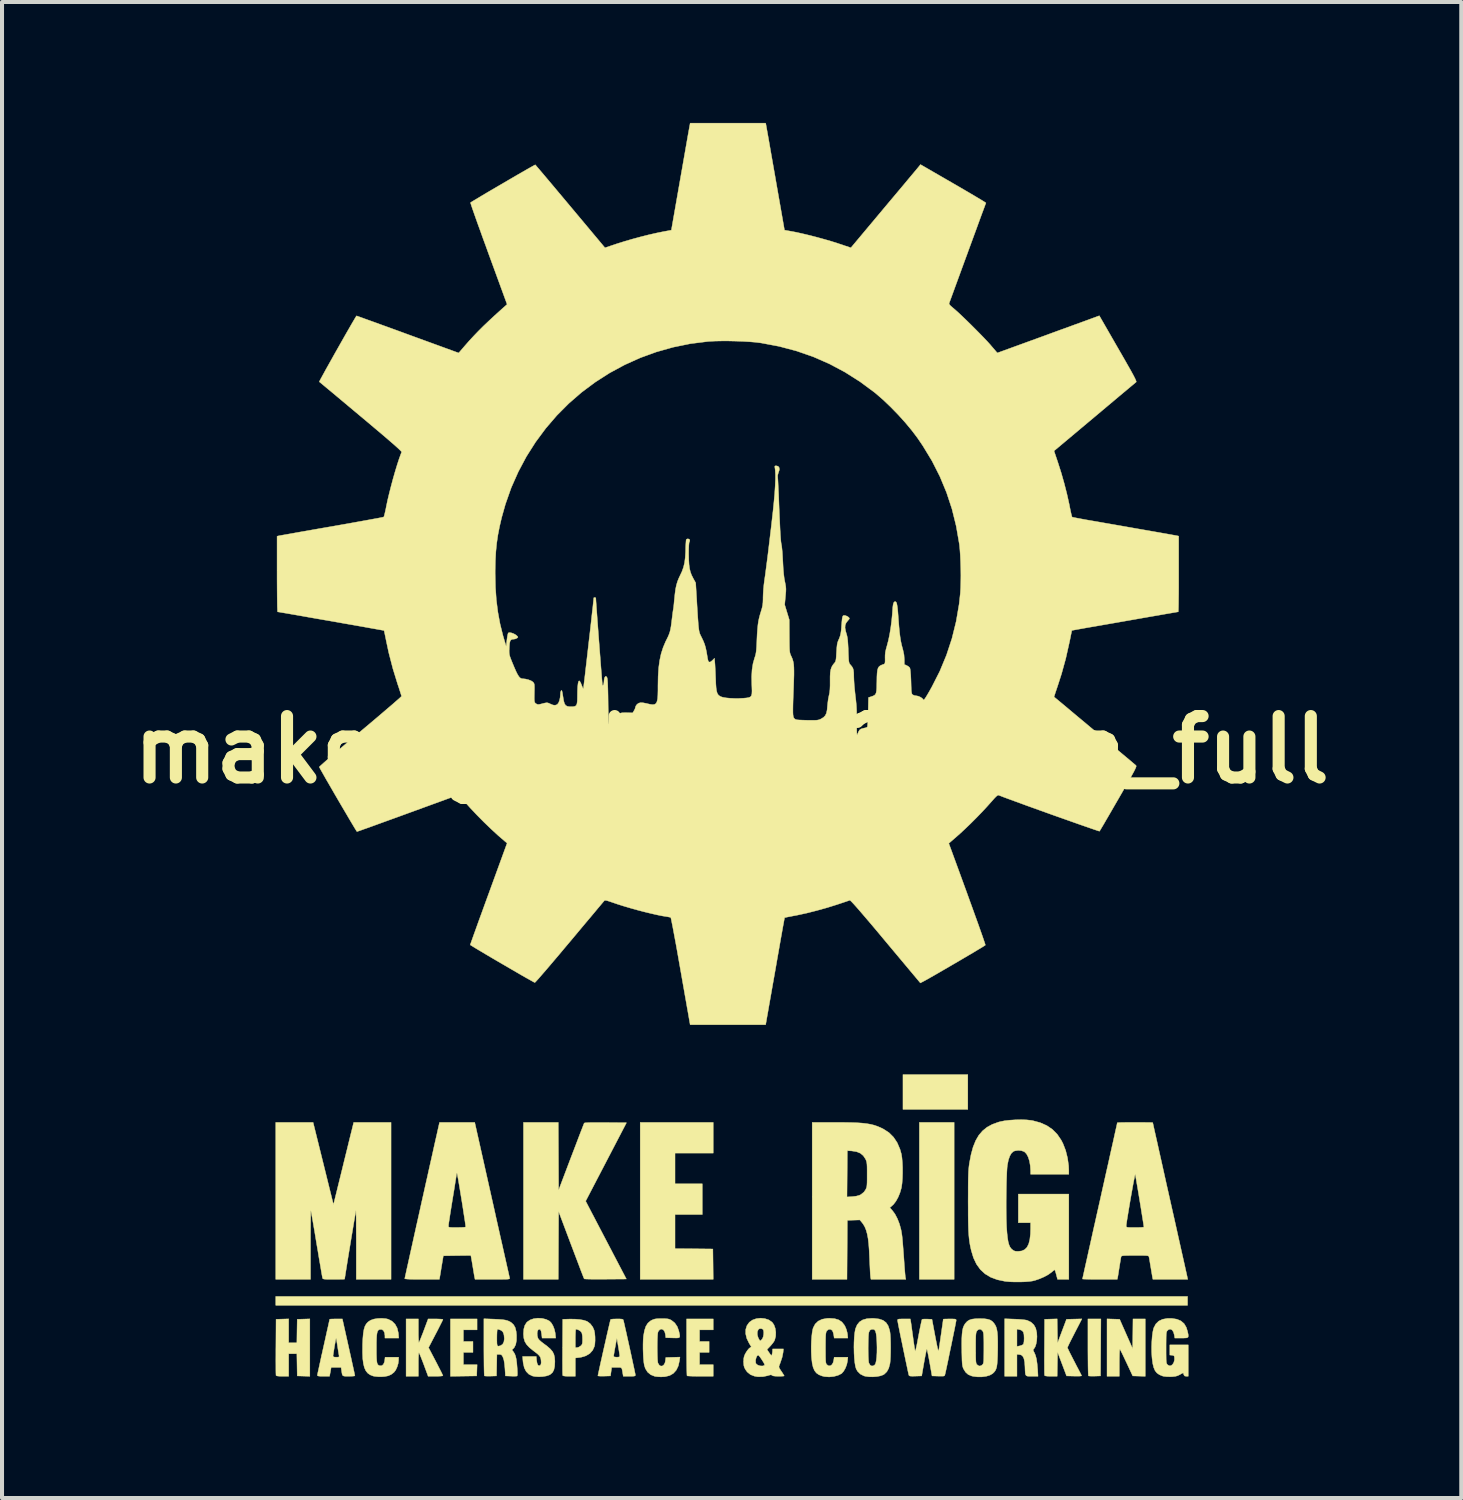
<source format=kicad_pcb>
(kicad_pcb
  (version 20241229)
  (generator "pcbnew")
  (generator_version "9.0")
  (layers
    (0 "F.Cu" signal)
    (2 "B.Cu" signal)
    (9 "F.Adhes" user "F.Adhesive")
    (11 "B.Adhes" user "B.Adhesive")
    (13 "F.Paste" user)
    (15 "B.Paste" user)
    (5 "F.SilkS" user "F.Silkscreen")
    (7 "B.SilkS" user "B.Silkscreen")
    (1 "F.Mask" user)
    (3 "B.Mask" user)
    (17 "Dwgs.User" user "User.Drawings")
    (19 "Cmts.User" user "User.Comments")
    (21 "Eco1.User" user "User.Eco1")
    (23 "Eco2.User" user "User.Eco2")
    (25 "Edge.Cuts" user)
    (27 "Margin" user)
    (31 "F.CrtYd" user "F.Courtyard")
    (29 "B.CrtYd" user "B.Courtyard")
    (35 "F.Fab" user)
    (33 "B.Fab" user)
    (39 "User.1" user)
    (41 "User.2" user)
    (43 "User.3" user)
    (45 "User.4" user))
  (footprint "makeriga_logo_22mm_full"
    (layer "F.Cu")
    (at 15.102 15.55)
    (property "Reference" "makeriga_logo_22mm_full" (at 0 0 0) (layer "F.SilkS") (effects (font (size 1.524 1.524) (thickness 0.3))))
    (attr through_hole)
    (fp_poly (pts (xy 5.52 13.14) (xy 4.657 13.14) (xy 4.657 9.246) (xy 5.52 9.246) (xy 5.52 13.14)) (stroke (width 0.01) (type solid)) (fill yes) (layer "F.SilkS"))
    (fp_poly (pts (xy 5.859 8.924) (xy 4.25 8.924) (xy 4.25 8.06) (xy 5.859 8.06) (xy 5.859 8.924)) (stroke (width 0.01) (type solid)) (fill yes) (layer "F.SilkS"))
    (fp_poly (pts (xy 11.311 13.784) (xy -11.311 13.784) (xy -11.311 13.564) (xy 11.311 13.564) (xy 11.311 13.784)) (stroke (width 0.01) (type solid)) (fill yes) (layer "F.SilkS"))
    (fp_poly (pts (xy -6.316 14.393) (xy -6.655 14.393) (xy -6.655 14.681) (xy -6.418 14.681) (xy -6.418 14.952) (xy -6.655 14.952) (xy -6.655 15.257) (xy -6.315 15.257) (xy -6.325 15.536) (xy -6.651 15.541) (xy -6.977 15.546) (xy -6.977 14.122) (xy -6.316 14.122) (xy -6.316 14.393)) (stroke (width 0.01) (type solid)) (fill yes) (layer "F.SilkS"))
    (fp_poly (pts (xy -0.457 10.008) (xy -1.405 10.008) (xy -1.405 10.77) (xy -0.728 10.77) (xy -0.728 11.532) (xy -1.405 11.532) (xy -1.405 12.378) (xy -0.936 12.382) (xy -0.466 12.387) (xy -0.461 12.764) (xy -0.457 13.14) (xy -2.269 13.14) (xy -2.269 9.246) (xy -0.457 9.246) (xy -0.457 10.008)) (stroke (width 0.01) (type solid)) (fill yes) (layer "F.SilkS"))
    (fp_poly (pts (xy 9.152 15.536) (xy 9.008 15.541) (xy 8.941 15.542) (xy 8.887 15.54) (xy 8.855 15.536) (xy 8.851 15.534) (xy 8.849 15.515) (xy 8.846 15.466) (xy 8.844 15.39) (xy 8.842 15.291) (xy 8.841 15.173) (xy 8.84 15.039) (xy 8.839 14.892) (xy 8.839 14.822) (xy 8.839 14.122) (xy 9.161 14.122) (xy 9.152 15.536)) (stroke (width 0.01) (type solid)) (fill yes) (layer "F.SilkS"))
    (fp_poly (pts (xy 9.47 14.126) (xy 9.626 14.131) (xy 9.787 14.495) (xy 9.948 14.859) (xy 9.953 14.491) (xy 9.957 14.122) (xy 10.262 14.122) (xy 10.262 15.546) (xy 10.106 15.541) (xy 9.95 15.536) (xy 9.8 15.215) (xy 9.754 15.118) (xy 9.713 15.031) (xy 9.678 14.959) (xy 9.651 14.907) (xy 9.636 14.879) (xy 9.634 14.877) (xy 9.628 14.887) (xy 9.624 14.929) (xy 9.621 15) (xy 9.619 15.099) (xy 9.618 15.203) (xy 9.618 15.545) (xy 9.313 15.545) (xy 9.313 14.121) (xy 9.47 14.126)) (stroke (width 0.01) (type solid)) (fill yes) (layer "F.SilkS"))
    (fp_poly (pts (xy -0.457 14.393) (xy -0.796 14.393) (xy -0.796 14.681) (xy -0.559 14.681) (xy -0.559 14.952) (xy -0.796 14.952) (xy -0.796 15.257) (xy -0.457 15.257) (xy -0.457 15.545) (xy -0.776 15.545) (xy -0.877 15.544) (xy -0.966 15.543) (xy -1.037 15.54) (xy -1.086 15.537) (xy -1.106 15.534) (xy -1.106 15.534) (xy -1.109 15.515) (xy -1.111 15.466) (xy -1.113 15.39) (xy -1.115 15.291) (xy -1.116 15.173) (xy -1.117 15.039) (xy -1.118 14.892) (xy -1.118 14.822) (xy -1.118 14.122) (xy -0.457 14.122) (xy -0.457 14.393)) (stroke (width 0.01) (type solid)) (fill yes) (layer "F.SilkS"))
    (fp_poly (pts (xy -10.465 15.546) (xy -10.621 15.541) (xy -10.778 15.536) (xy -10.787 14.986) (xy -10.99 14.986) (xy -10.99 15.545) (xy -11.143 15.545) (xy -11.226 15.543) (xy -11.278 15.537) (xy -11.302 15.527) (xy -11.304 15.524) (xy -11.305 15.503) (xy -11.307 15.451) (xy -11.308 15.374) (xy -11.308 15.273) (xy -11.309 15.154) (xy -11.308 15.019) (xy -11.308 14.873) (xy -11.307 14.817) (xy -11.303 14.131) (xy -11.146 14.126) (xy -10.99 14.121) (xy -10.99 14.715) (xy -10.787 14.715) (xy -10.783 14.423) (xy -10.778 14.131) (xy -10.621 14.126) (xy -10.465 14.121) (xy -10.465 15.546)) (stroke (width 0.01) (type solid)) (fill yes) (layer "F.SilkS"))
    (fp_poly (pts (xy 8.081 14.42) (xy 8.086 14.718) (xy 8.307 14.131) (xy 8.69 14.121) (xy 8.511 14.468) (xy 8.46 14.568) (xy 8.414 14.658) (xy 8.376 14.734) (xy 8.349 14.792) (xy 8.334 14.826) (xy 8.331 14.834) (xy 8.339 14.854) (xy 8.36 14.899) (xy 8.392 14.965) (xy 8.434 15.047) (xy 8.482 15.141) (xy 8.505 15.185) (xy 8.555 15.283) (xy 8.601 15.37) (xy 8.639 15.443) (xy 8.666 15.497) (xy 8.682 15.527) (xy 8.684 15.532) (xy 8.671 15.537) (xy 8.63 15.541) (xy 8.568 15.542) (xy 8.5 15.541) (xy 8.309 15.536) (xy 8.086 14.946) (xy 8.076 15.545) (xy 7.924 15.545) (xy 7.841 15.543) (xy 7.789 15.537) (xy 7.765 15.526) (xy 7.763 15.524) (xy 7.762 15.503) (xy 7.76 15.451) (xy 7.759 15.374) (xy 7.759 15.273) (xy 7.758 15.154) (xy 7.759 15.019) (xy 7.759 14.873) (xy 7.76 14.817) (xy 7.764 14.131) (xy 7.92 14.126) (xy 8.076 14.121) (xy 8.081 14.42)) (stroke (width 0.01) (type solid)) (fill yes) (layer "F.SilkS"))
    (fp_poly (pts (xy -7.772 14.422) (xy -7.772 14.522) (xy -7.769 14.604) (xy -7.766 14.665) (xy -7.762 14.7) (xy -7.758 14.706) (xy -7.747 14.685) (xy -7.727 14.639) (xy -7.7 14.571) (xy -7.667 14.488) (xy -7.636 14.406) (xy -7.53 14.122) (xy -7.346 14.122) (xy -7.272 14.124) (xy -7.212 14.127) (xy -7.174 14.131) (xy -7.163 14.135) (xy -7.17 14.154) (xy -7.191 14.197) (xy -7.224 14.262) (xy -7.265 14.344) (xy -7.313 14.438) (xy -7.341 14.491) (xy -7.52 14.834) (xy -7.341 15.175) (xy -7.29 15.274) (xy -7.245 15.362) (xy -7.207 15.436) (xy -7.18 15.492) (xy -7.165 15.524) (xy -7.163 15.53) (xy -7.179 15.536) (xy -7.221 15.541) (xy -7.284 15.544) (xy -7.346 15.545) (xy -7.53 15.545) (xy -7.637 15.256) (xy -7.672 15.164) (xy -7.704 15.082) (xy -7.73 15.018) (xy -7.749 14.975) (xy -7.758 14.959) (xy -7.763 14.972) (xy -7.767 15.014) (xy -7.77 15.079) (xy -7.772 15.163) (xy -7.772 15.247) (xy -7.772 15.545) (xy -8.077 15.545) (xy -8.077 14.122) (xy -7.772 14.122) (xy -7.772 14.422)) (stroke (width 0.01) (type solid)) (fill yes) (layer "F.SilkS"))
    (fp_poly (pts (xy -4.297 10.086) (xy -4.293 10.926) (xy -3.981 10.103) (xy -3.92 9.944) (xy -3.863 9.795) (xy -3.811 9.658) (xy -3.765 9.537) (xy -3.725 9.434) (xy -3.693 9.352) (xy -3.671 9.295) (xy -3.659 9.266) (xy -3.658 9.263) (xy -3.637 9.257) (xy -3.582 9.253) (xy -3.494 9.25) (xy -3.372 9.249) (xy -3.217 9.249) (xy -3.128 9.25) (xy -2.609 9.254) (xy -3.622 11.199) (xy -3.463 11.505) (xy -3.419 11.588) (xy -3.363 11.696) (xy -3.296 11.824) (xy -3.222 11.966) (xy -3.143 12.117) (xy -3.062 12.272) (xy -2.981 12.426) (xy -2.958 12.471) (xy -2.612 13.132) (xy -3.13 13.136) (xy -3.259 13.137) (xy -3.377 13.137) (xy -3.48 13.136) (xy -3.563 13.134) (xy -3.623 13.132) (xy -3.654 13.129) (xy -3.658 13.128) (xy -3.666 13.11) (xy -3.685 13.063) (xy -3.713 12.991) (xy -3.75 12.896) (xy -3.793 12.781) (xy -3.843 12.649) (xy -3.898 12.504) (xy -3.957 12.348) (xy -3.981 12.285) (xy -4.293 11.456) (xy -4.297 12.298) (xy -4.301 13.14) (xy -5.165 13.14) (xy -5.165 9.246) (xy -4.301 9.246) (xy -4.297 10.086)) (stroke (width 0.01) (type solid)) (fill yes) (layer "F.SilkS"))
    (fp_poly (pts (xy -3.89 14.127) (xy -3.77 14.137) (xy -3.668 14.155) (xy -3.591 14.181) (xy -3.585 14.184) (xy -3.507 14.242) (xy -3.445 14.324) (xy -3.412 14.401) (xy -3.397 14.474) (xy -3.389 14.566) (xy -3.388 14.662) (xy -3.394 14.749) (xy -3.404 14.802) (xy -3.448 14.899) (xy -3.518 14.978) (xy -3.614 15.036) (xy -3.731 15.072) (xy -3.776 15.079) (xy -3.878 15.091) (xy -3.878 15.545) (xy -4.031 15.545) (xy -4.114 15.543) (xy -4.166 15.537) (xy -4.19 15.527) (xy -4.192 15.524) (xy -4.193 15.503) (xy -4.195 15.451) (xy -4.196 15.374) (xy -4.196 15.273) (xy -4.197 15.154) (xy -4.196 15.019) (xy -4.196 14.873) (xy -4.195 14.817) (xy -4.194 14.605) (xy -3.878 14.605) (xy -3.878 14.834) (xy -3.836 14.834) (xy -3.796 14.823) (xy -3.752 14.796) (xy -3.747 14.793) (xy -3.723 14.769) (xy -3.709 14.744) (xy -3.702 14.707) (xy -3.7 14.65) (xy -3.7 14.626) (xy -3.703 14.548) (xy -3.713 14.486) (xy -3.724 14.456) (xy -3.758 14.419) (xy -3.809 14.39) (xy -3.861 14.376) (xy -3.863 14.376) (xy -3.869 14.392) (xy -3.873 14.436) (xy -3.876 14.501) (xy -3.878 14.582) (xy -3.878 14.605) (xy -4.194 14.605) (xy -4.191 14.131) (xy -4.022 14.126) (xy -3.89 14.127)) (stroke (width 0.01) (type solid)) (fill yes) (layer "F.SilkS"))
    (fp_poly (pts (xy 7.023 14.127) (xy 7.117 14.131) (xy 7.203 14.138) (xy 7.275 14.146) (xy 7.322 14.154) (xy 7.332 14.157) (xy 7.427 14.203) (xy 7.497 14.268) (xy 7.544 14.353) (xy 7.569 14.462) (xy 7.575 14.563) (xy 7.569 14.659) (xy 7.553 14.746) (xy 7.529 14.817) (xy 7.499 14.864) (xy 7.486 14.875) (xy 7.481 14.895) (xy 7.498 14.938) (xy 7.509 14.957) (xy 7.538 15.025) (xy 7.562 15.115) (xy 7.579 15.233) (xy 7.592 15.38) (xy 7.593 15.397) (xy 7.601 15.545) (xy 7.45 15.545) (xy 7.385 15.545) (xy 7.34 15.542) (xy 7.31 15.531) (xy 7.293 15.507) (xy 7.284 15.464) (xy 7.28 15.398) (xy 7.277 15.308) (xy 7.269 15.193) (xy 7.252 15.109) (xy 7.225 15.052) (xy 7.187 15.018) (xy 7.142 15.006) (xy 7.078 15.001) (xy 7.078 15.545) (xy 6.773 15.545) (xy 6.773 14.804) (xy 7.078 14.804) (xy 7.142 14.792) (xy 7.19 14.778) (xy 7.227 14.759) (xy 7.231 14.756) (xy 7.245 14.729) (xy 7.253 14.68) (xy 7.256 14.604) (xy 7.256 14.596) (xy 7.252 14.511) (xy 7.238 14.453) (xy 7.21 14.416) (xy 7.164 14.393) (xy 7.133 14.385) (xy 7.078 14.374) (xy 7.078 14.804) (xy 6.773 14.804) (xy 6.773 14.118) (xy 7.023 14.127)) (stroke (width 0.01) (type solid)) (fill yes) (layer "F.SilkS"))
    (fp_poly (pts (xy -8.582 14.115) (xy -8.522 14.129) (xy -8.426 14.178) (xy -8.351 14.252) (xy -8.298 14.349) (xy -8.27 14.466) (xy -8.267 14.49) (xy -8.259 14.597) (xy -8.602 14.597) (xy -8.602 14.538) (xy -8.612 14.465) (xy -8.639 14.412) (xy -8.679 14.383) (xy -8.729 14.383) (xy -8.752 14.392) (xy -8.771 14.407) (xy -8.786 14.433) (xy -8.797 14.472) (xy -8.805 14.529) (xy -8.81 14.608) (xy -8.813 14.713) (xy -8.813 14.847) (xy -8.813 14.867) (xy -8.813 14.994) (xy -8.81 15.091) (xy -8.805 15.163) (xy -8.797 15.214) (xy -8.784 15.247) (xy -8.765 15.268) (xy -8.741 15.28) (xy -8.727 15.284) (xy -8.679 15.282) (xy -8.64 15.249) (xy -8.614 15.19) (xy -8.607 15.149) (xy -8.598 15.071) (xy -8.263 15.071) (xy -8.263 15.146) (xy -8.273 15.226) (xy -8.298 15.311) (xy -8.334 15.389) (xy -8.376 15.445) (xy -8.378 15.447) (xy -8.446 15.5) (xy -8.52 15.533) (xy -8.61 15.551) (xy -8.678 15.556) (xy -8.765 15.556) (xy -8.846 15.548) (xy -8.895 15.539) (xy -8.968 15.51) (xy -9.028 15.468) (xy -9.075 15.41) (xy -9.111 15.332) (xy -9.136 15.233) (xy -9.152 15.109) (xy -9.158 14.957) (xy -9.157 14.776) (xy -9.157 14.757) (xy -9.15 14.604) (xy -9.139 14.48) (xy -9.122 14.381) (xy -9.098 14.304) (xy -9.065 14.245) (xy -9.022 14.198) (xy -8.967 14.161) (xy -8.952 14.153) (xy -8.876 14.126) (xy -8.781 14.111) (xy -8.679 14.107) (xy -8.582 14.115)) (stroke (width 0.01) (type solid)) (fill yes) (layer "F.SilkS"))
    (fp_poly (pts (xy 2.554 14.115) (xy 2.654 14.145) (xy 2.734 14.197) (xy 2.796 14.274) (xy 2.816 14.311) (xy 2.846 14.383) (xy 2.867 14.462) (xy 2.874 14.501) (xy 2.883 14.597) (xy 2.544 14.597) (xy 2.532 14.516) (xy 2.519 14.461) (xy 2.501 14.418) (xy 2.494 14.406) (xy 2.451 14.379) (xy 2.404 14.383) (xy 2.363 14.415) (xy 2.358 14.422) (xy 2.348 14.441) (xy 2.341 14.465) (xy 2.336 14.5) (xy 2.332 14.55) (xy 2.33 14.619) (xy 2.329 14.713) (xy 2.328 14.836) (xy 2.328 14.844) (xy 2.329 14.967) (xy 2.329 15.061) (xy 2.331 15.13) (xy 2.334 15.179) (xy 2.339 15.212) (xy 2.346 15.234) (xy 2.356 15.249) (xy 2.361 15.255) (xy 2.404 15.286) (xy 2.448 15.285) (xy 2.488 15.257) (xy 2.518 15.204) (xy 2.532 15.148) (xy 2.544 15.071) (xy 2.883 15.071) (xy 2.874 15.166) (xy 2.856 15.254) (xy 2.823 15.341) (xy 2.78 15.417) (xy 2.733 15.472) (xy 2.724 15.479) (xy 2.638 15.522) (xy 2.533 15.55) (xy 2.419 15.561) (xy 2.306 15.553) (xy 2.241 15.537) (xy 2.163 15.506) (xy 2.102 15.463) (xy 2.056 15.404) (xy 2.022 15.326) (xy 1.998 15.224) (xy 1.983 15.093) (xy 1.98 15.056) (xy 1.975 14.934) (xy 1.974 14.806) (xy 1.978 14.679) (xy 1.986 14.56) (xy 1.998 14.456) (xy 2.014 14.374) (xy 2.023 14.343) (xy 2.073 14.248) (xy 2.147 14.177) (xy 2.245 14.13) (xy 2.367 14.108) (xy 2.429 14.106) (xy 2.554 14.115)) (stroke (width 0.01) (type solid)) (fill yes) (layer "F.SilkS"))
    (fp_poly (pts (xy -4.702 14.109) (xy -4.602 14.134) (xy -4.518 14.176) (xy -4.473 14.223) (xy -4.431 14.295) (xy -4.398 14.38) (xy -4.377 14.471) (xy -4.375 14.491) (xy -4.364 14.597) (xy -4.703 14.597) (xy -4.715 14.494) (xy -4.728 14.423) (xy -4.748 14.385) (xy -4.777 14.379) (xy -4.801 14.394) (xy -4.818 14.427) (xy -4.825 14.479) (xy -4.822 14.539) (xy -4.807 14.594) (xy -4.799 14.612) (xy -4.771 14.646) (xy -4.725 14.688) (xy -4.677 14.725) (xy -4.575 14.801) (xy -4.499 14.868) (xy -4.445 14.931) (xy -4.411 14.998) (xy -4.393 15.072) (xy -4.386 15.161) (xy -4.386 15.19) (xy -4.392 15.302) (xy -4.411 15.387) (xy -4.445 15.451) (xy -4.497 15.497) (xy -4.523 15.512) (xy -4.596 15.537) (xy -4.688 15.552) (xy -4.787 15.557) (xy -4.88 15.551) (xy -4.942 15.538) (xy -5.031 15.494) (xy -5.098 15.426) (xy -5.145 15.334) (xy -5.172 15.215) (xy -5.177 15.172) (xy -5.187 15.054) (xy -4.847 15.054) (xy -4.839 15.148) (xy -4.827 15.22) (xy -4.807 15.267) (xy -4.779 15.285) (xy -4.749 15.273) (xy -4.732 15.249) (xy -4.726 15.21) (xy -4.728 15.16) (xy -4.734 15.112) (xy -4.747 15.072) (xy -4.771 15.035) (xy -4.81 14.996) (xy -4.87 14.948) (xy -4.922 14.909) (xy -5.018 14.831) (xy -5.087 14.757) (xy -5.132 14.682) (xy -5.156 14.599) (xy -5.165 14.501) (xy -5.165 14.488) (xy -5.157 14.374) (xy -5.132 14.284) (xy -5.089 14.214) (xy -5.073 14.197) (xy -5.002 14.148) (xy -4.911 14.116) (xy -4.808 14.103) (xy -4.702 14.109)) (stroke (width 0.01) (type solid)) (fill yes) (layer "F.SilkS"))
    (fp_poly (pts (xy -1.654 14.115) (xy -1.597 14.119) (xy -1.554 14.128) (xy -1.518 14.143) (xy -1.495 14.155) (xy -1.411 14.222) (xy -1.348 14.315) (xy -1.31 14.423) (xy -1.293 14.499) (xy -1.286 14.549) (xy -1.294 14.578) (xy -1.322 14.592) (xy -1.375 14.595) (xy -1.456 14.593) (xy -1.46 14.593) (xy -1.634 14.588) (xy -1.644 14.506) (xy -1.661 14.439) (xy -1.693 14.394) (xy -1.732 14.374) (xy -1.773 14.381) (xy -1.81 14.415) (xy -1.828 14.45) (xy -1.834 14.484) (xy -1.839 14.546) (xy -1.843 14.628) (xy -1.845 14.724) (xy -1.846 14.826) (xy -1.845 14.93) (xy -1.843 15.027) (xy -1.84 15.111) (xy -1.835 15.176) (xy -1.829 15.215) (xy -1.828 15.217) (xy -1.796 15.269) (xy -1.757 15.292) (xy -1.716 15.288) (xy -1.679 15.258) (xy -1.652 15.204) (xy -1.644 15.162) (xy -1.634 15.079) (xy -1.282 15.069) (xy -1.294 15.154) (xy -1.323 15.287) (xy -1.374 15.393) (xy -1.446 15.473) (xy -1.539 15.527) (xy -1.655 15.555) (xy -1.751 15.56) (xy -1.817 15.557) (xy -1.878 15.551) (xy -1.908 15.546) (xy -2.008 15.506) (xy -2.086 15.441) (xy -2.142 15.351) (xy -2.168 15.269) (xy -2.179 15.198) (xy -2.188 15.102) (xy -2.194 14.989) (xy -2.198 14.869) (xy -2.198 14.751) (xy -2.195 14.642) (xy -2.188 14.551) (xy -2.186 14.537) (xy -2.162 14.407) (xy -2.128 14.305) (xy -2.08 14.228) (xy -2.017 14.173) (xy -1.99 14.157) (xy -1.946 14.137) (xy -1.904 14.124) (xy -1.854 14.117) (xy -1.787 14.114) (xy -1.736 14.114) (xy -1.654 14.115)) (stroke (width 0.01) (type solid)) (fill yes) (layer "F.SilkS"))
    (fp_poly (pts (xy 3.538 14.109) (xy 3.661 14.124) (xy 3.757 14.157) (xy 3.83 14.212) (xy 3.883 14.292) (xy 3.918 14.398) (xy 3.929 14.453) (xy 3.936 14.518) (xy 3.941 14.607) (xy 3.944 14.714) (xy 3.945 14.83) (xy 3.944 14.946) (xy 3.941 15.055) (xy 3.936 15.149) (xy 3.929 15.219) (xy 3.927 15.231) (xy 3.897 15.345) (xy 3.85 15.432) (xy 3.784 15.495) (xy 3.76 15.509) (xy 3.694 15.534) (xy 3.605 15.551) (xy 3.506 15.559) (xy 3.406 15.557) (xy 3.318 15.545) (xy 3.283 15.536) (xy 3.192 15.49) (xy 3.122 15.42) (xy 3.089 15.36) (xy 3.07 15.295) (xy 3.055 15.204) (xy 3.044 15.092) (xy 3.037 14.968) (xy 3.035 14.85) (xy 3.387 14.85) (xy 3.388 14.953) (xy 3.39 15.048) (xy 3.394 15.128) (xy 3.399 15.187) (xy 3.405 15.217) (xy 3.437 15.269) (xy 3.478 15.291) (xy 3.525 15.281) (xy 3.554 15.259) (xy 3.573 15.222) (xy 3.588 15.155) (xy 3.599 15.064) (xy 3.605 14.952) (xy 3.606 14.823) (xy 3.602 14.69) (xy 3.595 14.574) (xy 3.584 14.488) (xy 3.569 14.43) (xy 3.547 14.394) (xy 3.517 14.379) (xy 3.478 14.38) (xy 3.464 14.383) (xy 3.429 14.404) (xy 3.407 14.45) (xy 3.404 14.457) (xy 3.398 14.497) (xy 3.393 14.564) (xy 3.39 14.649) (xy 3.388 14.747) (xy 3.387 14.85) (xy 3.035 14.85) (xy 3.034 14.837) (xy 3.036 14.707) (xy 3.042 14.584) (xy 3.052 14.476) (xy 3.067 14.389) (xy 3.073 14.363) (xy 3.114 14.267) (xy 3.173 14.195) (xy 3.253 14.145) (xy 3.356 14.116) (xy 3.484 14.107) (xy 3.538 14.109)) (stroke (width 0.01) (type solid)) (fill yes) (layer "F.SilkS"))
    (fp_poly (pts (xy -9.502 14.821) (xy -9.469 14.97) (xy -9.438 15.108) (xy -9.411 15.233) (xy -9.387 15.341) (xy -9.368 15.428) (xy -9.355 15.491) (xy -9.348 15.526) (xy -9.347 15.532) (xy -9.363 15.538) (xy -9.405 15.542) (xy -9.466 15.544) (xy -9.498 15.545) (xy -9.573 15.545) (xy -9.62 15.54) (xy -9.648 15.527) (xy -9.663 15.498) (xy -9.672 15.448) (xy -9.678 15.405) (xy -9.69 15.325) (xy -9.936 15.325) (xy -9.947 15.388) (xy -9.957 15.445) (xy -9.967 15.495) (xy -9.967 15.498) (xy -9.976 15.545) (xy -10.127 15.545) (xy -10.202 15.544) (xy -10.248 15.54) (xy -10.272 15.532) (xy -10.279 15.521) (xy -10.275 15.499) (xy -10.265 15.448) (xy -10.248 15.372) (xy -10.227 15.273) (xy -10.201 15.156) (xy -10.177 15.043) (xy -9.889 15.043) (xy -9.881 15.061) (xy -9.853 15.069) (xy -9.811 15.071) (xy -9.763 15.07) (xy -9.742 15.062) (xy -9.738 15.044) (xy -9.742 15.024) (xy -9.748 14.989) (xy -9.758 14.929) (xy -9.77 14.853) (xy -9.78 14.787) (xy -9.792 14.712) (xy -9.802 14.652) (xy -9.81 14.612) (xy -9.814 14.601) (xy -9.819 14.619) (xy -9.828 14.662) (xy -9.839 14.724) (xy -9.852 14.796) (xy -9.864 14.871) (xy -9.875 14.941) (xy -9.884 14.999) (xy -9.889 15.035) (xy -9.889 15.043) (xy -10.177 15.043) (xy -10.172 15.024) (xy -10.14 14.88) (xy -10.126 14.817) (xy -10.093 14.67) (xy -10.063 14.534) (xy -10.036 14.412) (xy -10.012 14.307) (xy -9.994 14.224) (xy -9.981 14.165) (xy -9.974 14.134) (xy -9.974 14.13) (xy -9.958 14.127) (xy -9.916 14.124) (xy -9.855 14.123) (xy -9.816 14.122) (xy -9.658 14.122) (xy -9.502 14.821)) (stroke (width 0.01) (type solid)) (fill yes) (layer "F.SilkS"))
    (fp_poly (pts (xy -5.897 14.127) (xy -5.776 14.133) (xy -5.683 14.14) (xy -5.612 14.151) (xy -5.555 14.167) (xy -5.507 14.188) (xy -5.469 14.211) (xy -5.411 14.265) (xy -5.37 14.337) (xy -5.346 14.433) (xy -5.337 14.524) (xy -5.338 14.654) (xy -5.357 14.757) (xy -5.393 14.831) (xy -5.411 14.852) (xy -5.451 14.889) (xy -5.411 14.942) (xy -5.383 14.987) (xy -5.361 15.044) (xy -5.344 15.118) (xy -5.331 15.214) (xy -5.321 15.339) (xy -5.321 15.339) (xy -5.316 15.432) (xy -5.315 15.494) (xy -5.319 15.529) (xy -5.326 15.539) (xy -5.352 15.542) (xy -5.401 15.543) (xy -5.465 15.542) (xy -5.479 15.541) (xy -5.613 15.536) (xy -5.625 15.346) (xy -5.636 15.23) (xy -5.651 15.142) (xy -5.671 15.079) (xy -5.671 15.079) (xy -5.694 15.033) (xy -5.715 15.011) (xy -5.746 15.003) (xy -5.764 15.003) (xy -5.824 15.003) (xy -5.834 15.536) (xy -5.978 15.541) (xy -6.045 15.542) (xy -6.099 15.54) (xy -6.131 15.536) (xy -6.135 15.534) (xy -6.137 15.515) (xy -6.14 15.466) (xy -6.142 15.39) (xy -6.144 15.291) (xy -6.145 15.173) (xy -6.146 15.038) (xy -6.147 14.892) (xy -6.147 14.82) (xy -6.147 14.588) (xy -5.825 14.588) (xy -5.825 14.68) (xy -5.822 14.742) (xy -5.815 14.779) (xy -5.802 14.796) (xy -5.779 14.797) (xy -5.745 14.788) (xy -5.726 14.781) (xy -5.68 14.748) (xy -5.651 14.691) (xy -5.64 14.615) (xy -5.648 14.526) (xy -5.657 14.489) (xy -5.679 14.439) (xy -5.717 14.408) (xy -5.733 14.4) (xy -5.775 14.384) (xy -5.805 14.377) (xy -5.808 14.376) (xy -5.816 14.393) (xy -5.821 14.441) (xy -5.824 14.518) (xy -5.825 14.588) (xy -6.147 14.588) (xy -6.147 14.118) (xy -5.897 14.127)) (stroke (width 0.01) (type solid)) (fill yes) (layer "F.SilkS"))
    (fp_poly (pts (xy 11.046 14.129) (xy 11.147 14.172) (xy 11.225 14.239) (xy 11.28 14.332) (xy 11.31 14.43) (xy 11.326 14.503) (xy 11.33 14.551) (xy 11.32 14.579) (xy 11.29 14.592) (xy 11.235 14.596) (xy 11.161 14.597) (xy 10.994 14.597) (xy 10.983 14.525) (xy 10.962 14.449) (xy 10.93 14.399) (xy 10.89 14.376) (xy 10.846 14.383) (xy 10.81 14.412) (xy 10.8 14.426) (xy 10.792 14.444) (xy 10.786 14.471) (xy 10.782 14.512) (xy 10.78 14.57) (xy 10.779 14.651) (xy 10.778 14.759) (xy 10.778 14.835) (xy 10.778 14.959) (xy 10.779 15.054) (xy 10.78 15.124) (xy 10.783 15.174) (xy 10.787 15.208) (xy 10.794 15.23) (xy 10.803 15.246) (xy 10.815 15.259) (xy 10.816 15.26) (xy 10.858 15.285) (xy 10.901 15.281) (xy 10.939 15.252) (xy 10.969 15.204) (xy 10.986 15.141) (xy 10.986 15.08) (xy 10.978 15.043) (xy 10.954 15.027) (xy 10.926 15.023) (xy 10.871 15.018) (xy 10.871 14.766) (xy 11.328 14.766) (xy 11.328 15.545) (xy 11.278 15.545) (xy 11.239 15.538) (xy 11.22 15.512) (xy 11.217 15.502) (xy 11.207 15.471) (xy 11.202 15.46) (xy 11.186 15.468) (xy 11.149 15.487) (xy 11.116 15.506) (xy 11.063 15.531) (xy 11.01 15.546) (xy 10.942 15.554) (xy 10.898 15.556) (xy 10.801 15.555) (xy 10.72 15.546) (xy 10.689 15.538) (xy 10.612 15.506) (xy 10.552 15.464) (xy 10.506 15.408) (xy 10.473 15.332) (xy 10.448 15.233) (xy 10.431 15.106) (xy 10.427 15.064) (xy 10.42 14.943) (xy 10.419 14.813) (xy 10.424 14.683) (xy 10.433 14.56) (xy 10.447 14.452) (xy 10.465 14.367) (xy 10.473 14.343) (xy 10.523 14.248) (xy 10.595 14.177) (xy 10.691 14.131) (xy 10.811 14.109) (xy 10.921 14.109) (xy 11.046 14.129)) (stroke (width 0.01) (type solid)) (fill yes) (layer "F.SilkS"))
    (fp_poly (pts (xy -2.772 14.123) (xy -2.727 14.126) (xy -2.702 14.132) (xy -2.689 14.144) (xy -2.684 14.161) (xy -2.664 14.245) (xy -2.641 14.349) (xy -2.614 14.467) (xy -2.586 14.594) (xy -2.556 14.728) (xy -2.526 14.864) (xy -2.497 14.997) (xy -2.47 15.123) (xy -2.445 15.239) (xy -2.423 15.34) (xy -2.406 15.422) (xy -2.394 15.48) (xy -2.388 15.511) (xy -2.388 15.514) (xy -2.391 15.529) (xy -2.406 15.538) (xy -2.438 15.543) (xy -2.495 15.545) (xy -2.538 15.545) (xy -2.689 15.545) (xy -2.7 15.481) (xy -2.712 15.408) (xy -2.722 15.362) (xy -2.737 15.337) (xy -2.762 15.326) (xy -2.802 15.324) (xy -2.852 15.325) (xy -2.976 15.325) (xy -2.991 15.431) (xy -3.006 15.536) (xy -3.162 15.541) (xy -3.23 15.542) (xy -3.284 15.54) (xy -3.314 15.536) (xy -3.319 15.533) (xy -3.315 15.512) (xy -3.305 15.464) (xy -3.289 15.39) (xy -3.269 15.297) (xy -3.245 15.187) (xy -3.217 15.066) (xy -3.214 15.05) (xy -2.928 15.05) (xy -2.913 15.064) (xy -2.866 15.07) (xy -2.853 15.071) (xy -2.805 15.068) (xy -2.782 15.058) (xy -2.777 15.041) (xy -2.78 15.013) (xy -2.788 14.96) (xy -2.799 14.889) (xy -2.811 14.817) (xy -2.824 14.738) (xy -2.836 14.672) (xy -2.843 14.625) (xy -2.847 14.605) (xy -2.85 14.615) (xy -2.858 14.651) (xy -2.869 14.706) (xy -2.881 14.774) (xy -2.895 14.847) (xy -2.908 14.918) (xy -2.918 14.98) (xy -2.926 15.027) (xy -2.928 15.05) (xy -3.214 15.05) (xy -3.189 14.938) (xy -3.159 14.806) (xy -3.129 14.675) (xy -3.101 14.549) (xy -3.074 14.432) (xy -3.05 14.329) (xy -3.03 14.244) (xy -3.015 14.181) (xy -3.006 14.144) (xy -3.004 14.136) (xy -2.984 14.13) (xy -2.939 14.125) (xy -2.876 14.123) (xy -2.844 14.122) (xy -2.772 14.123)) (stroke (width 0.01) (type solid)) (fill yes) (layer "F.SilkS"))
    (fp_poly (pts (xy -10.131 10.266) (xy -9.879 11.286) (xy -9.662 10.406) (xy -9.62 10.233) (xy -9.579 10.067) (xy -9.54 9.91) (xy -9.505 9.766) (xy -9.474 9.639) (xy -9.448 9.533) (xy -9.427 9.451) (xy -9.414 9.397) (xy -9.411 9.385) (xy -9.377 9.246) (xy -8.45 9.246) (xy -8.45 13.14) (xy -9.313 13.14) (xy -9.313 12.282) (xy -9.313 12.116) (xy -9.314 11.96) (xy -9.315 11.819) (xy -9.315 11.694) (xy -9.316 11.59) (xy -9.318 11.51) (xy -9.319 11.456) (xy -9.32 11.433) (xy -9.321 11.432) (xy -9.324 11.449) (xy -9.333 11.495) (xy -9.345 11.568) (xy -9.361 11.662) (xy -9.38 11.774) (xy -9.401 11.901) (xy -9.424 12.038) (xy -9.448 12.181) (xy -9.472 12.327) (xy -9.496 12.472) (xy -9.519 12.612) (xy -9.54 12.743) (xy -9.559 12.862) (xy -9.575 12.963) (xy -9.588 13.045) (xy -9.597 13.102) (xy -9.601 13.131) (xy -9.601 13.133) (xy -9.617 13.136) (xy -9.661 13.138) (xy -9.728 13.139) (xy -9.812 13.14) (xy -9.871 13.14) (xy -9.973 13.14) (xy -10.046 13.139) (xy -10.095 13.136) (xy -10.126 13.131) (xy -10.142 13.123) (xy -10.149 13.113) (xy -10.15 13.111) (xy -10.154 13.088) (xy -10.164 13.036) (xy -10.178 12.957) (xy -10.195 12.855) (xy -10.216 12.733) (xy -10.24 12.594) (xy -10.265 12.441) (xy -10.293 12.279) (xy -10.296 12.26) (xy -10.323 12.098) (xy -10.348 11.946) (xy -10.372 11.808) (xy -10.393 11.686) (xy -10.411 11.585) (xy -10.425 11.506) (xy -10.435 11.455) (xy -10.44 11.433) (xy -10.44 11.432) (xy -10.442 11.447) (xy -10.443 11.493) (xy -10.444 11.566) (xy -10.445 11.663) (xy -10.446 11.782) (xy -10.447 11.919) (xy -10.448 12.071) (xy -10.448 12.235) (xy -10.448 12.282) (xy -10.448 13.14) (xy -11.311 13.14) (xy -11.311 9.246) (xy -10.384 9.246) (xy -10.131 10.266)) (stroke (width 0.01) (type solid)) (fill yes) (layer "F.SilkS"))
    (fp_poly (pts (xy 6.267 14.117) (xy 6.352 14.129) (xy 6.417 14.15) (xy 6.469 14.185) (xy 6.511 14.232) (xy 6.54 14.276) (xy 6.563 14.326) (xy 6.58 14.388) (xy 6.592 14.464) (xy 6.599 14.56) (xy 6.602 14.679) (xy 6.602 14.826) (xy 6.601 14.891) (xy 6.598 15.035) (xy 6.593 15.15) (xy 6.586 15.241) (xy 6.576 15.31) (xy 6.56 15.364) (xy 6.539 15.407) (xy 6.512 15.442) (xy 6.477 15.476) (xy 6.472 15.48) (xy 6.406 15.518) (xy 6.316 15.545) (xy 6.212 15.559) (xy 6.102 15.56) (xy 5.994 15.547) (xy 5.956 15.538) (xy 5.869 15.502) (xy 5.803 15.443) (xy 5.751 15.359) (xy 5.74 15.331) (xy 5.731 15.301) (xy 5.724 15.265) (xy 5.719 15.216) (xy 5.715 15.15) (xy 5.713 15.062) (xy 5.71 14.947) (xy 5.71 14.891) (xy 5.709 14.844) (xy 6.054 14.844) (xy 6.054 14.967) (xy 6.055 15.061) (xy 6.057 15.13) (xy 6.06 15.179) (xy 6.065 15.212) (xy 6.072 15.234) (xy 6.081 15.249) (xy 6.086 15.255) (xy 6.123 15.282) (xy 6.155 15.291) (xy 6.194 15.279) (xy 6.225 15.255) (xy 6.235 15.241) (xy 6.243 15.223) (xy 6.249 15.195) (xy 6.253 15.154) (xy 6.255 15.094) (xy 6.256 15.012) (xy 6.257 14.903) (xy 6.257 14.844) (xy 6.257 14.719) (xy 6.256 14.624) (xy 6.253 14.553) (xy 6.25 14.502) (xy 6.245 14.467) (xy 6.237 14.442) (xy 6.227 14.423) (xy 6.227 14.422) (xy 6.188 14.385) (xy 6.155 14.376) (xy 6.111 14.393) (xy 6.084 14.422) (xy 6.074 14.441) (xy 6.066 14.465) (xy 6.061 14.5) (xy 6.057 14.55) (xy 6.055 14.619) (xy 6.054 14.713) (xy 6.054 14.836) (xy 6.054 14.844) (xy 5.709 14.844) (xy 5.708 14.732) (xy 5.71 14.603) (xy 5.716 14.498) (xy 5.726 14.415) (xy 5.74 14.348) (xy 5.761 14.294) (xy 5.787 14.248) (xy 5.799 14.232) (xy 5.844 14.183) (xy 5.895 14.15) (xy 5.961 14.128) (xy 6.047 14.117) (xy 6.155 14.114) (xy 6.267 14.117)) (stroke (width 0.01) (type solid)) (fill yes) (layer "F.SilkS"))
    (fp_poly (pts (xy 2.57 9.246) (xy 2.778 9.247) (xy 2.956 9.25) (xy 3.109 9.255) (xy 3.239 9.264) (xy 3.351 9.277) (xy 3.449 9.294) (xy 3.537 9.316) (xy 3.618 9.344) (xy 3.696 9.377) (xy 3.767 9.412) (xy 3.904 9.501) (xy 4.017 9.614) (xy 4.108 9.751) (xy 4.177 9.913) (xy 4.211 10.033) (xy 4.225 10.123) (xy 4.235 10.238) (xy 4.241 10.367) (xy 4.241 10.503) (xy 4.237 10.635) (xy 4.228 10.756) (xy 4.214 10.854) (xy 4.211 10.871) (xy 4.177 10.989) (xy 4.131 11.102) (xy 4.076 11.201) (xy 4.017 11.279) (xy 3.993 11.302) (xy 3.924 11.361) (xy 3.987 11.432) (xy 4.052 11.52) (xy 4.111 11.633) (xy 4.162 11.762) (xy 4.199 11.896) (xy 4.208 11.938) (xy 4.215 11.981) (xy 4.223 12.029) (xy 4.23 12.085) (xy 4.237 12.153) (xy 4.244 12.236) (xy 4.252 12.339) (xy 4.262 12.465) (xy 4.273 12.617) (xy 4.285 12.793) (xy 4.292 12.886) (xy 4.299 12.971) (xy 4.305 13.039) (xy 4.31 13.084) (xy 4.312 13.094) (xy 4.322 13.14) (xy 3.457 13.14) (xy 3.447 13.094) (xy 3.444 13.064) (xy 3.439 13.006) (xy 3.435 12.925) (xy 3.43 12.825) (xy 3.425 12.712) (xy 3.421 12.615) (xy 3.412 12.423) (xy 3.4 12.26) (xy 3.384 12.124) (xy 3.362 12.01) (xy 3.335 11.915) (xy 3.302 11.835) (xy 3.261 11.766) (xy 3.226 11.721) (xy 3.179 11.666) (xy 2.87 11.676) (xy 2.866 12.408) (xy 2.861 13.14) (xy 1.998 13.14) (xy 1.998 11.096) (xy 2.861 11.096) (xy 2.996 11.087) (xy 3.091 11.076) (xy 3.164 11.056) (xy 3.204 11.038) (xy 3.279 10.978) (xy 3.319 10.922) (xy 3.334 10.893) (xy 3.345 10.866) (xy 3.353 10.835) (xy 3.357 10.793) (xy 3.36 10.735) (xy 3.361 10.655) (xy 3.361 10.547) (xy 3.361 10.541) (xy 3.361 10.431) (xy 3.36 10.349) (xy 3.357 10.289) (xy 3.352 10.245) (xy 3.344 10.211) (xy 3.333 10.181) (xy 3.321 10.155) (xy 3.266 10.072) (xy 3.193 10.011) (xy 3.098 9.973) (xy 2.979 9.954) (xy 2.963 9.953) (xy 2.87 9.948) (xy 2.866 10.522) (xy 2.861 11.096) (xy 1.998 11.096) (xy 1.998 9.246) (xy 2.57 9.246)) (stroke (width 0.01) (type solid)) (fill yes) (layer "F.SilkS"))
    (fp_poly (pts (xy 0.823 14.114) (xy 0.921 14.146) (xy 1.002 14.202) (xy 1.004 14.203) (xy 1.05 14.269) (xy 1.081 14.355) (xy 1.095 14.452) (xy 1.092 14.551) (xy 1.069 14.642) (xy 1.058 14.667) (xy 1.03 14.71) (xy 0.988 14.763) (xy 0.953 14.802) (xy 0.877 14.881) (xy 0.933 14.963) (xy 0.964 15.008) (xy 0.983 15.027) (xy 0.993 15.025) (xy 1 15.005) (xy 1.001 15.003) (xy 1.011 14.952) (xy 1.014 14.914) (xy 1.016 14.867) (xy 1.285 14.867) (xy 1.276 14.956) (xy 1.252 15.076) (xy 1.204 15.219) (xy 1.185 15.267) (xy 1.175 15.296) (xy 1.175 15.321) (xy 1.188 15.352) (xy 1.217 15.398) (xy 1.234 15.422) (xy 1.268 15.474) (xy 1.293 15.514) (xy 1.304 15.534) (xy 1.304 15.535) (xy 1.288 15.54) (xy 1.247 15.543) (xy 1.187 15.545) (xy 1.162 15.545) (xy 1.079 15.542) (xy 1.026 15.535) (xy 1.001 15.522) (xy 0.985 15.51) (xy 0.958 15.511) (xy 0.912 15.524) (xy 0.893 15.53) (xy 0.775 15.555) (xy 0.647 15.556) (xy 0.569 15.543) (xy 0.467 15.504) (xy 0.386 15.438) (xy 0.343 15.378) (xy 0.316 15.327) (xy 0.302 15.277) (xy 0.297 15.215) (xy 0.296 15.181) (xy 0.297 15.177) (xy 0.592 15.177) (xy 0.6 15.222) (xy 0.606 15.233) (xy 0.645 15.266) (xy 0.702 15.286) (xy 0.762 15.29) (xy 0.81 15.276) (xy 0.817 15.262) (xy 0.809 15.234) (xy 0.784 15.188) (xy 0.754 15.141) (xy 0.717 15.086) (xy 0.685 15.044) (xy 0.664 15.022) (xy 0.661 15.02) (xy 0.634 15.035) (xy 0.613 15.073) (xy 0.598 15.124) (xy 0.592 15.177) (xy 0.297 15.177) (xy 0.299 15.108) (xy 0.31 15.053) (xy 0.332 14.998) (xy 0.347 14.971) (xy 0.382 14.915) (xy 0.419 14.868) (xy 0.442 14.846) (xy 0.487 14.814) (xy 0.431 14.721) (xy 0.375 14.605) (xy 0.353 14.512) (xy 0.636 14.512) (xy 0.658 14.587) (xy 0.681 14.632) (xy 0.701 14.659) (xy 0.709 14.664) (xy 0.729 14.652) (xy 0.757 14.621) (xy 0.761 14.615) (xy 0.782 14.568) (xy 0.794 14.508) (xy 0.796 14.447) (xy 0.787 14.399) (xy 0.776 14.38) (xy 0.739 14.362) (xy 0.696 14.363) (xy 0.664 14.381) (xy 0.638 14.439) (xy 0.636 14.512) (xy 0.353 14.512) (xy 0.348 14.491) (xy 0.349 14.385) (xy 0.379 14.288) (xy 0.437 14.207) (xy 0.438 14.205) (xy 0.517 14.149) (xy 0.613 14.115) (xy 0.718 14.103) (xy 0.823 14.114)) (stroke (width 0.01) (type solid)) (fill yes) (layer "F.SilkS"))
    (fp_poly (pts (xy 4.441 14.169) (xy 4.446 14.2) (xy 4.455 14.258) (xy 4.466 14.338) (xy 4.479 14.434) (xy 4.494 14.54) (xy 4.497 14.563) (xy 4.511 14.668) (xy 4.525 14.761) (xy 4.537 14.838) (xy 4.546 14.892) (xy 4.553 14.92) (xy 4.554 14.922) (xy 4.56 14.91) (xy 4.571 14.869) (xy 4.586 14.803) (xy 4.604 14.717) (xy 4.623 14.615) (xy 4.637 14.541) (xy 4.658 14.43) (xy 4.678 14.329) (xy 4.696 14.245) (xy 4.71 14.181) (xy 4.72 14.143) (xy 4.723 14.134) (xy 4.746 14.128) (xy 4.792 14.125) (xy 4.852 14.126) (xy 4.853 14.126) (xy 4.97 14.131) (xy 5.048 14.546) (xy 5.073 14.675) (xy 5.093 14.774) (xy 5.108 14.845) (xy 5.12 14.889) (xy 5.128 14.911) (xy 5.134 14.912) (xy 5.138 14.901) (xy 5.142 14.872) (xy 5.151 14.817) (xy 5.162 14.742) (xy 5.175 14.653) (xy 5.189 14.555) (xy 5.204 14.456) (xy 5.217 14.36) (xy 5.23 14.274) (xy 5.24 14.202) (xy 5.247 14.152) (xy 5.249 14.129) (xy 5.249 14.129) (xy 5.265 14.126) (xy 5.307 14.124) (xy 5.369 14.123) (xy 5.41 14.122) (xy 5.485 14.123) (xy 5.532 14.125) (xy 5.558 14.131) (xy 5.569 14.141) (xy 5.571 14.155) (xy 5.568 14.177) (xy 5.558 14.227) (xy 5.544 14.302) (xy 5.525 14.397) (xy 5.502 14.508) (xy 5.477 14.63) (xy 5.451 14.759) (xy 5.423 14.89) (xy 5.396 15.02) (xy 5.371 15.144) (xy 5.347 15.257) (xy 5.326 15.355) (xy 5.309 15.434) (xy 5.296 15.489) (xy 5.289 15.516) (xy 5.282 15.53) (xy 5.264 15.539) (xy 5.229 15.542) (xy 5.171 15.542) (xy 5.126 15.541) (xy 4.971 15.536) (xy 4.912 15.202) (xy 4.893 15.1) (xy 4.876 15.011) (xy 4.861 14.939) (xy 4.85 14.89) (xy 4.843 14.868) (xy 4.842 14.867) (xy 4.836 14.883) (xy 4.826 14.928) (xy 4.812 14.995) (xy 4.795 15.081) (xy 4.777 15.181) (xy 4.773 15.202) (xy 4.715 15.536) (xy 4.56 15.541) (xy 4.486 15.543) (xy 4.439 15.541) (xy 4.413 15.535) (xy 4.4 15.525) (xy 4.396 15.516) (xy 4.389 15.487) (xy 4.376 15.43) (xy 4.359 15.349) (xy 4.338 15.25) (xy 4.314 15.136) (xy 4.288 15.012) (xy 4.261 14.882) (xy 4.234 14.751) (xy 4.207 14.622) (xy 4.182 14.501) (xy 4.16 14.391) (xy 4.141 14.297) (xy 4.127 14.223) (xy 4.118 14.174) (xy 4.115 14.155) (xy 4.118 14.14) (xy 4.13 14.13) (xy 4.159 14.125) (xy 4.21 14.123) (xy 4.274 14.122) (xy 4.432 14.122) (xy 4.441 14.169)) (stroke (width 0.01) (type solid)) (fill yes) (layer "F.SilkS"))
    (fp_poly (pts (xy -5.944 11.163) (xy -5.888 11.413) (xy -5.835 11.653) (xy -5.783 11.883) (xy -5.735 12.099) (xy -5.689 12.3) (xy -5.648 12.484) (xy -5.611 12.648) (xy -5.579 12.791) (xy -5.552 12.91) (xy -5.531 13.003) (xy -5.517 13.069) (xy -5.508 13.105) (xy -5.507 13.111) (xy -5.507 13.12) (xy -5.513 13.127) (xy -5.531 13.132) (xy -5.562 13.136) (xy -5.612 13.138) (xy -5.684 13.139) (xy -5.782 13.14) (xy -5.909 13.14) (xy -5.933 13.14) (xy -6.366 13.14) (xy -6.375 13.102) (xy -6.381 13.071) (xy -6.391 13.015) (xy -6.403 12.941) (xy -6.417 12.857) (xy -6.418 12.852) (xy -6.432 12.767) (xy -6.445 12.69) (xy -6.455 12.63) (xy -6.462 12.594) (xy -6.462 12.594) (xy -6.471 12.547) (xy -6.812 12.551) (xy -7.153 12.556) (xy -7.183 12.734) (xy -7.198 12.823) (xy -7.213 12.915) (xy -7.226 12.995) (xy -7.231 13.026) (xy -7.251 13.14) (xy -7.681 13.14) (xy -7.834 13.14) (xy -7.954 13.138) (xy -8.04 13.134) (xy -8.092 13.129) (xy -8.111 13.123) (xy -8.111 13.123) (xy -8.107 13.105) (xy -8.097 13.057) (xy -8.08 12.981) (xy -8.058 12.879) (xy -8.03 12.754) (xy -7.998 12.609) (xy -7.962 12.446) (xy -7.922 12.267) (xy -7.88 12.076) (xy -7.835 11.874) (xy -7.822 11.815) (xy -7.027 11.815) (xy -7.026 11.831) (xy -7.019 11.842) (xy -7 11.848) (xy -6.964 11.852) (xy -6.905 11.853) (xy -6.818 11.853) (xy -6.817 11.853) (xy -6.736 11.852) (xy -6.668 11.85) (xy -6.62 11.846) (xy -6.599 11.841) (xy -6.598 11.841) (xy -6.6 11.822) (xy -6.606 11.774) (xy -6.616 11.702) (xy -6.63 11.61) (xy -6.647 11.502) (xy -6.665 11.382) (xy -6.685 11.255) (xy -6.706 11.126) (xy -6.727 10.998) (xy -6.747 10.876) (xy -6.766 10.765) (xy -6.782 10.669) (xy -6.796 10.592) (xy -6.806 10.539) (xy -6.812 10.514) (xy -6.812 10.513) (xy -6.82 10.5) (xy -6.823 10.516) (xy -6.826 10.538) (xy -6.834 10.589) (xy -6.846 10.666) (xy -6.862 10.765) (xy -6.88 10.882) (xy -6.902 11.013) (xy -6.925 11.154) (xy -6.926 11.159) (xy -6.949 11.301) (xy -6.97 11.433) (xy -6.989 11.553) (xy -7.004 11.654) (xy -7.017 11.735) (xy -7.024 11.789) (xy -7.027 11.815) (xy -7.027 11.815) (xy -7.822 11.815) (xy -7.788 11.664) (xy -7.74 11.448) (xy -7.692 11.23) (xy -7.643 11.012) (xy -7.595 10.795) (xy -7.547 10.583) (xy -7.502 10.379) (xy -7.458 10.184) (xy -7.417 10.001) (xy -7.38 9.833) (xy -7.346 9.682) (xy -7.316 9.551) (xy -7.292 9.442) (xy -7.273 9.358) (xy -7.26 9.301) (xy -7.256 9.284) (xy -7.247 9.246) (xy -6.374 9.246) (xy -5.944 11.163)) (stroke (width 0.01) (type solid)) (fill yes) (layer "F.SilkS"))
    (fp_poly (pts (xy 7.321 9.184) (xy 7.436 9.197) (xy 7.467 9.202) (xy 7.655 9.253) (xy 7.818 9.325) (xy 7.958 9.42) (xy 8.076 9.539) (xy 8.175 9.684) (xy 8.22 9.771) (xy 8.286 9.941) (xy 8.333 10.129) (xy 8.36 10.322) (xy 8.365 10.435) (xy 8.365 10.533) (xy 7.417 10.533) (xy 7.417 10.452) (xy 7.409 10.323) (xy 7.389 10.206) (xy 7.357 10.106) (xy 7.315 10.027) (xy 7.265 9.977) (xy 7.261 9.974) (xy 7.192 9.948) (xy 7.109 9.94) (xy 7.029 9.952) (xy 6.991 9.966) (xy 6.943 10.009) (xy 6.901 10.08) (xy 6.867 10.176) (xy 6.843 10.294) (xy 6.841 10.304) (xy 6.834 10.371) (xy 6.828 10.467) (xy 6.823 10.587) (xy 6.818 10.725) (xy 6.815 10.876) (xy 6.813 11.034) (xy 6.811 11.196) (xy 6.811 11.355) (xy 6.812 11.506) (xy 6.814 11.644) (xy 6.818 11.764) (xy 6.821 11.841) (xy 6.832 11.991) (xy 6.845 12.111) (xy 6.86 12.205) (xy 6.88 12.278) (xy 6.904 12.334) (xy 6.934 12.376) (xy 6.954 12.395) (xy 6.994 12.426) (xy 7.033 12.441) (xy 7.086 12.446) (xy 7.108 12.446) (xy 7.197 12.435) (xy 7.27 12.402) (xy 7.327 12.345) (xy 7.369 12.263) (xy 7.397 12.153) (xy 7.413 12.014) (xy 7.417 11.883) (xy 7.417 11.735) (xy 7.112 11.735) (xy 7.112 11.024) (xy 8.365 11.024) (xy 8.365 13.14) (xy 8.085 13.14) (xy 8.054 13.022) (xy 8.038 12.964) (xy 8.024 12.922) (xy 8.016 12.903) (xy 8.015 12.903) (xy 7.998 12.913) (xy 7.965 12.939) (xy 7.936 12.964) (xy 7.857 13.021) (xy 7.755 13.077) (xy 7.642 13.126) (xy 7.529 13.165) (xy 7.464 13.181) (xy 7.381 13.193) (xy 7.274 13.201) (xy 7.154 13.205) (xy 7.029 13.205) (xy 6.91 13.201) (xy 6.808 13.192) (xy 6.782 13.189) (xy 6.591 13.149) (xy 6.427 13.088) (xy 6.287 13.004) (xy 6.17 12.896) (xy 6.074 12.763) (xy 5.999 12.604) (xy 5.946 12.429) (xy 5.928 12.351) (xy 5.913 12.277) (xy 5.901 12.203) (xy 5.891 12.124) (xy 5.883 12.038) (xy 5.877 11.941) (xy 5.873 11.827) (xy 5.87 11.694) (xy 5.868 11.538) (xy 5.868 11.355) (xy 5.867 11.21) (xy 5.868 11.022) (xy 5.868 10.863) (xy 5.869 10.732) (xy 5.871 10.622) (xy 5.874 10.532) (xy 5.877 10.456) (xy 5.882 10.392) (xy 5.888 10.335) (xy 5.895 10.282) (xy 5.898 10.262) (xy 5.939 10.045) (xy 5.99 9.858) (xy 6.054 9.699) (xy 6.131 9.566) (xy 6.225 9.456) (xy 6.336 9.366) (xy 6.466 9.295) (xy 6.618 9.24) (xy 6.663 9.228) (xy 6.771 9.206) (xy 6.901 9.191) (xy 7.043 9.182) (xy 7.186 9.179) (xy 7.321 9.184)) (stroke (width 0.01) (type solid)) (fill yes) (layer "F.SilkS"))
    (fp_poly (pts (xy 10.126 9.246) (xy 10.232 9.247) (xy 10.322 9.248) (xy 10.39 9.249) (xy 10.434 9.251) (xy 10.448 9.253) (xy 10.451 9.27) (xy 10.462 9.318) (xy 10.479 9.395) (xy 10.502 9.499) (xy 10.531 9.627) (xy 10.565 9.778) (xy 10.603 9.95) (xy 10.646 10.141) (xy 10.692 10.347) (xy 10.741 10.568) (xy 10.793 10.802) (xy 10.848 11.045) (xy 10.872 11.153) (xy 10.928 11.402) (xy 10.982 11.641) (xy 11.033 11.87) (xy 11.081 12.086) (xy 11.126 12.286) (xy 11.167 12.47) (xy 11.204 12.634) (xy 11.236 12.776) (xy 11.262 12.895) (xy 11.283 12.988) (xy 11.297 13.053) (xy 11.305 13.089) (xy 11.306 13.094) (xy 11.316 13.14) (xy 10.451 13.14) (xy 10.441 13.094) (xy 10.435 13.059) (xy 10.425 13) (xy 10.412 12.923) (xy 10.398 12.838) (xy 10.397 12.835) (xy 10.383 12.751) (xy 10.371 12.676) (xy 10.361 12.619) (xy 10.354 12.587) (xy 10.354 12.586) (xy 10.35 12.573) (xy 10.343 12.563) (xy 10.327 12.556) (xy 10.299 12.552) (xy 10.253 12.549) (xy 10.186 12.548) (xy 10.092 12.548) (xy 10.008 12.548) (xy 9.893 12.548) (xy 9.807 12.549) (xy 9.746 12.551) (xy 9.705 12.554) (xy 9.681 12.56) (xy 9.668 12.567) (xy 9.663 12.577) (xy 9.657 12.604) (xy 9.648 12.658) (xy 9.636 12.73) (xy 9.622 12.815) (xy 9.619 12.835) (xy 9.605 12.923) (xy 9.593 13.001) (xy 9.583 13.062) (xy 9.576 13.098) (xy 9.575 13.102) (xy 9.567 13.14) (xy 9.135 13.14) (xy 9.018 13.14) (xy 8.913 13.139) (xy 8.825 13.137) (xy 8.758 13.135) (xy 8.716 13.133) (xy 8.704 13.131) (xy 8.707 13.113) (xy 8.718 13.065) (xy 8.735 12.988) (xy 8.758 12.883) (xy 8.787 12.754) (xy 8.821 12.603) (xy 8.859 12.43) (xy 8.902 12.239) (xy 8.948 12.031) (xy 8.996 11.815) (xy 9.789 11.815) (xy 9.789 11.831) (xy 9.796 11.841) (xy 9.814 11.848) (xy 9.849 11.852) (xy 9.906 11.853) (xy 9.991 11.853) (xy 10.008 11.853) (xy 10.089 11.853) (xy 10.158 11.851) (xy 10.206 11.847) (xy 10.227 11.844) (xy 10.228 11.843) (xy 10.225 11.821) (xy 10.218 11.771) (xy 10.206 11.696) (xy 10.191 11.601) (xy 10.173 11.491) (xy 10.154 11.37) (xy 10.133 11.243) (xy 10.112 11.114) (xy 10.091 10.987) (xy 10.071 10.868) (xy 10.052 10.76) (xy 10.037 10.668) (xy 10.024 10.596) (xy 10.016 10.549) (xy 10.012 10.533) (xy 10.008 10.544) (xy 9.999 10.584) (xy 9.986 10.65) (xy 9.969 10.736) (xy 9.95 10.838) (xy 9.93 10.952) (xy 9.908 11.074) (xy 9.886 11.2) (xy 9.865 11.325) (xy 9.845 11.444) (xy 9.827 11.555) (xy 9.811 11.651) (xy 9.799 11.73) (xy 9.791 11.787) (xy 9.789 11.815) (xy 8.996 11.815) (xy 8.998 11.809) (xy 9.05 11.575) (xy 9.105 11.33) (xy 9.136 11.193) (xy 9.191 10.944) (xy 9.245 10.703) (xy 9.296 10.474) (xy 9.345 10.258) (xy 9.389 10.058) (xy 9.43 9.875) (xy 9.467 9.712) (xy 9.498 9.57) (xy 9.524 9.452) (xy 9.545 9.36) (xy 9.559 9.296) (xy 9.566 9.261) (xy 9.567 9.255) (xy 9.584 9.253) (xy 9.629 9.25) (xy 9.7 9.248) (xy 9.791 9.247) (xy 9.898 9.246) (xy 10.008 9.246) (xy 10.126 9.246)) (stroke (width 0.01) (type solid)) (fill yes) (layer "F.SilkS"))
    (fp_poly (pts (xy 0.852 -15.507) (xy 0.856 -15.484) (xy 0.865 -15.431) (xy 0.88 -15.35) (xy 0.899 -15.243) (xy 0.922 -15.114) (xy 0.948 -14.964) (xy 0.977 -14.797) (xy 1.009 -14.615) (xy 1.043 -14.421) (xy 1.079 -14.217) (xy 1.085 -14.18) (xy 1.311 -12.891) (xy 1.472 -12.862) (xy 1.605 -12.837) (xy 1.761 -12.802) (xy 1.933 -12.761) (xy 2.111 -12.715) (xy 2.289 -12.666) (xy 2.457 -12.618) (xy 2.607 -12.571) (xy 2.649 -12.557) (xy 2.958 -12.453) (xy 3.786 -13.442) (xy 3.919 -13.601) (xy 4.047 -13.753) (xy 4.167 -13.896) (xy 4.278 -14.028) (xy 4.377 -14.147) (xy 4.464 -14.251) (xy 4.537 -14.338) (xy 4.593 -14.405) (xy 4.631 -14.451) (xy 4.649 -14.473) (xy 4.65 -14.474) (xy 4.685 -14.518) (xy 5.5 -14.047) (xy 5.652 -13.959) (xy 5.794 -13.876) (xy 5.924 -13.8) (xy 6.039 -13.732) (xy 6.138 -13.673) (xy 6.216 -13.626) (xy 6.272 -13.591) (xy 6.303 -13.57) (xy 6.309 -13.565) (xy 6.302 -13.548) (xy 6.285 -13.502) (xy 6.258 -13.428) (xy 6.221 -13.33) (xy 6.177 -13.211) (xy 6.126 -13.071) (xy 6.069 -12.914) (xy 6.006 -12.743) (xy 5.939 -12.56) (xy 5.868 -12.367) (xy 5.854 -12.327) (xy 5.782 -12.132) (xy 5.714 -11.946) (xy 5.65 -11.771) (xy 5.591 -11.61) (xy 5.538 -11.465) (xy 5.492 -11.339) (xy 5.454 -11.235) (xy 5.424 -11.154) (xy 5.404 -11.1) (xy 5.395 -11.075) (xy 5.394 -11.074) (xy 5.399 -11.051) (xy 5.428 -11.016) (xy 5.484 -10.967) (xy 5.499 -10.955) (xy 5.558 -10.904) (xy 5.637 -10.833) (xy 5.73 -10.745) (xy 5.833 -10.646) (xy 5.941 -10.54) (xy 6.051 -10.43) (xy 6.157 -10.323) (xy 6.256 -10.221) (xy 6.343 -10.129) (xy 6.413 -10.052) (xy 6.433 -10.028) (xy 6.591 -9.844) (xy 7.77 -10.273) (xy 7.963 -10.344) (xy 8.149 -10.412) (xy 8.325 -10.475) (xy 8.487 -10.535) (xy 8.634 -10.588) (xy 8.762 -10.635) (xy 8.869 -10.674) (xy 8.952 -10.705) (xy 9.009 -10.725) (xy 9.035 -10.735) (xy 9.122 -10.767) (xy 9.59 -9.953) (xy 9.693 -9.775) (xy 9.78 -9.623) (xy 9.852 -9.496) (xy 9.911 -9.392) (xy 9.957 -9.308) (xy 9.991 -9.243) (xy 10.015 -9.194) (xy 10.03 -9.159) (xy 10.037 -9.137) (xy 10.037 -9.124) (xy 10.035 -9.121) (xy 10.018 -9.107) (xy 9.978 -9.073) (xy 9.915 -9.021) (xy 9.833 -8.952) (xy 9.733 -8.869) (xy 9.617 -8.772) (xy 9.488 -8.663) (xy 9.347 -8.545) (xy 9.196 -8.418) (xy 9.038 -8.285) (xy 9.004 -8.257) (xy 7.998 -7.413) (xy 8.098 -7.115) (xy 8.176 -6.87) (xy 8.25 -6.61) (xy 8.317 -6.348) (xy 8.373 -6.098) (xy 8.39 -6.011) (xy 8.407 -5.927) (xy 8.423 -5.856) (xy 8.436 -5.803) (xy 8.445 -5.775) (xy 8.446 -5.773) (xy 8.466 -5.767) (xy 8.514 -5.757) (xy 8.586 -5.743) (xy 8.677 -5.726) (xy 8.783 -5.706) (xy 8.865 -5.692) (xy 9.057 -5.659) (xy 9.256 -5.624) (xy 9.457 -5.589) (xy 9.658 -5.554) (xy 9.857 -5.519) (xy 10.049 -5.485) (xy 10.234 -5.453) (xy 10.406 -5.423) (xy 10.565 -5.395) (xy 10.706 -5.37) (xy 10.827 -5.349) (xy 10.925 -5.331) (xy 10.998 -5.318) (xy 11.041 -5.31) (xy 11.053 -5.308) (xy 11.091 -5.299) (xy 11.091 -4.36) (xy 11.091 -4.185) (xy 11.091 -4.021) (xy 11.09 -3.87) (xy 11.088 -3.736) (xy 11.087 -3.622) (xy 11.085 -3.53) (xy 11.083 -3.465) (xy 11.081 -3.428) (xy 11.08 -3.421) (xy 11.062 -3.418) (xy 11.013 -3.41) (xy 10.938 -3.397) (xy 10.84 -3.38) (xy 10.723 -3.36) (xy 10.589 -3.336) (xy 10.443 -3.311) (xy 10.339 -3.293) (xy 10.156 -3.261) (xy 9.958 -3.226) (xy 9.752 -3.19) (xy 9.548 -3.154) (xy 9.352 -3.12) (xy 9.174 -3.089) (xy 9.026 -3.063) (xy 8.89 -3.04) (xy 8.765 -3.018) (xy 8.655 -2.998) (xy 8.564 -2.982) (xy 8.495 -2.969) (xy 8.453 -2.961) (xy 8.44 -2.958) (xy 8.436 -2.941) (xy 8.427 -2.897) (xy 8.413 -2.829) (xy 8.396 -2.744) (xy 8.376 -2.65) (xy 8.289 -2.262) (xy 8.184 -1.881) (xy 8.088 -1.583) (xy 8.058 -1.494) (xy 8.032 -1.417) (xy 8.013 -1.357) (xy 8.001 -1.32) (xy 7.998 -1.311) (xy 8.012 -1.299) (xy 8.05 -1.268) (xy 8.109 -1.219) (xy 8.186 -1.155) (xy 8.28 -1.077) (xy 8.387 -0.987) (xy 8.506 -0.887) (xy 8.634 -0.78) (xy 8.769 -0.668) (xy 8.908 -0.551) (xy 9.049 -0.434) (xy 9.189 -0.316) (xy 9.326 -0.202) (xy 9.458 -0.091) (xy 9.582 0.013) (xy 9.695 0.108) (xy 9.796 0.192) (xy 9.882 0.264) (xy 9.95 0.322) (xy 9.999 0.363) (xy 10.025 0.385) (xy 10.029 0.388) (xy 10.034 0.395) (xy 10.037 0.406) (xy 10.034 0.422) (xy 10.026 0.446) (xy 10.01 0.481) (xy 9.987 0.528) (xy 9.953 0.591) (xy 9.909 0.671) (xy 9.853 0.771) (xy 9.783 0.893) (xy 9.699 1.039) (xy 9.6 1.211) (xy 9.513 1.361) (xy 9.431 1.503) (xy 9.356 1.633) (xy 9.288 1.749) (xy 9.231 1.848) (xy 9.184 1.927) (xy 9.15 1.984) (xy 9.131 2.016) (xy 9.127 2.022) (xy 9.11 2.018) (xy 9.064 2.003) (xy 8.992 1.979) (xy 8.897 1.946) (xy 8.782 1.906) (xy 8.649 1.86) (xy 8.502 1.808) (xy 8.344 1.752) (xy 8.177 1.693) (xy 8.004 1.632) (xy 7.829 1.569) (xy 7.653 1.506) (xy 7.481 1.444) (xy 7.314 1.384) (xy 7.157 1.326) (xy 7.011 1.273) (xy 6.88 1.225) (xy 6.766 1.183) (xy 6.673 1.147) (xy 6.62 1.127) (xy 6.6 1.131) (xy 6.566 1.157) (xy 6.517 1.207) (xy 6.451 1.282) (xy 6.34 1.406) (xy 6.211 1.545) (xy 6.072 1.689) (xy 5.928 1.833) (xy 5.787 1.968) (xy 5.658 2.088) (xy 5.603 2.136) (xy 5.387 2.324) (xy 5.435 2.453) (xy 5.537 2.732) (xy 5.636 3.002) (xy 5.73 3.26) (xy 5.819 3.504) (xy 5.902 3.734) (xy 5.979 3.946) (xy 6.049 4.141) (xy 6.112 4.315) (xy 6.166 4.468) (xy 6.212 4.598) (xy 6.248 4.702) (xy 6.274 4.78) (xy 6.29 4.829) (xy 6.294 4.848) (xy 6.294 4.848) (xy 6.279 4.859) (xy 6.237 4.886) (xy 6.173 4.925) (xy 6.089 4.975) (xy 5.99 5.035) (xy 5.877 5.101) (xy 5.755 5.173) (xy 5.626 5.249) (xy 5.495 5.325) (xy 5.364 5.402) (xy 5.237 5.475) (xy 5.117 5.545) (xy 5.007 5.608) (xy 4.91 5.663) (xy 4.831 5.708) (xy 4.772 5.74) (xy 4.751 5.751) (xy 4.682 5.787) (xy 3.819 4.756) (xy 3.65 4.553) (xy 3.501 4.376) (xy 3.371 4.223) (xy 3.26 4.093) (xy 3.167 3.985) (xy 3.091 3.898) (xy 3.031 3.831) (xy 2.985 3.782) (xy 2.954 3.751) (xy 2.935 3.736) (xy 2.93 3.735) (xy 2.906 3.744) (xy 2.856 3.761) (xy 2.785 3.785) (xy 2.698 3.814) (xy 2.608 3.844) (xy 2.368 3.919) (xy 2.116 3.989) (xy 1.865 4.053) (xy 1.626 4.105) (xy 1.535 4.122) (xy 1.454 4.138) (xy 1.386 4.151) (xy 1.337 4.162) (xy 1.314 4.168) (xy 1.313 4.168) (xy 1.31 4.185) (xy 1.301 4.233) (xy 1.287 4.31) (xy 1.268 4.412) (xy 1.246 4.537) (xy 1.22 4.682) (xy 1.191 4.846) (xy 1.16 5.024) (xy 1.126 5.216) (xy 1.091 5.418) (xy 1.085 5.453) (xy 1.049 5.657) (xy 1.014 5.853) (xy 0.982 6.037) (xy 0.952 6.207) (xy 0.925 6.36) (xy 0.902 6.493) (xy 0.882 6.604) (xy 0.867 6.69) (xy 0.857 6.748) (xy 0.852 6.776) (xy 0.852 6.778) (xy 0.842 6.824) (xy -1.029 6.824) (xy -1.048 6.718) (xy -1.054 6.684) (xy -1.065 6.62) (xy -1.081 6.528) (xy -1.102 6.412) (xy -1.126 6.273) (xy -1.154 6.117) (xy -1.184 5.944) (xy -1.217 5.758) (xy -1.251 5.563) (xy -1.281 5.393) (xy -1.316 5.195) (xy -1.349 5.006) (xy -1.381 4.829) (xy -1.411 4.668) (xy -1.438 4.524) (xy -1.461 4.4) (xy -1.481 4.3) (xy -1.496 4.225) (xy -1.506 4.179) (xy -1.511 4.163) (xy -1.537 4.155) (xy -1.583 4.146) (xy -1.611 4.141) (xy -1.719 4.124) (xy -1.852 4.097) (xy -2.005 4.062) (xy -2.17 4.022) (xy -2.342 3.977) (xy -2.513 3.929) (xy -2.679 3.88) (xy -2.831 3.832) (xy -2.954 3.79) (xy -3.037 3.762) (xy -3.094 3.744) (xy -3.13 3.738) (xy -3.151 3.74) (xy -3.159 3.746) (xy -3.173 3.762) (xy -3.207 3.802) (xy -3.259 3.864) (xy -3.328 3.946) (xy -3.411 4.046) (xy -3.508 4.162) (xy -3.617 4.291) (xy -3.735 4.432) (xy -3.861 4.583) (xy -3.994 4.742) (xy -4.022 4.775) (xy -4.156 4.934) (xy -4.283 5.086) (xy -4.403 5.227) (xy -4.513 5.357) (xy -4.612 5.473) (xy -4.699 5.573) (xy -4.77 5.655) (xy -4.826 5.718) (xy -4.864 5.759) (xy -4.882 5.777) (xy -4.883 5.777) (xy -4.905 5.767) (xy -4.952 5.741) (xy -5.021 5.702) (xy -5.109 5.653) (xy -5.212 5.594) (xy -5.327 5.527) (xy -5.451 5.455) (xy -5.581 5.379) (xy -5.714 5.302) (xy -5.846 5.225) (xy -5.974 5.15) (xy -6.094 5.079) (xy -6.204 5.013) (xy -6.301 4.956) (xy -6.38 4.908) (xy -6.44 4.871) (xy -6.476 4.849) (xy -6.485 4.841) (xy -6.48 4.823) (xy -6.463 4.776) (xy -6.437 4.702) (xy -6.402 4.603) (xy -6.358 4.482) (xy -6.308 4.342) (xy -6.251 4.184) (xy -6.188 4.012) (xy -6.121 3.827) (xy -6.05 3.632) (xy -6.028 3.572) (xy -5.571 2.318) (xy -5.626 2.272) (xy -5.791 2.13) (xy -5.966 1.969) (xy -6.145 1.797) (xy -6.321 1.619) (xy -6.487 1.443) (xy -6.636 1.276) (xy -6.716 1.18) (xy -6.769 1.116) (xy -8.025 1.574) (xy -8.222 1.646) (xy -8.41 1.714) (xy -8.587 1.778) (xy -8.749 1.837) (xy -8.895 1.89) (xy -9.022 1.936) (xy -9.128 1.973) (xy -9.21 2.003) (xy -9.266 2.022) (xy -9.293 2.031) (xy -9.296 2.032) (xy -9.306 2.018) (xy -9.331 1.978) (xy -9.37 1.914) (xy -9.419 1.832) (xy -9.478 1.733) (xy -9.544 1.62) (xy -9.616 1.498) (xy -9.692 1.369) (xy -9.769 1.237) (xy -9.846 1.105) (xy -9.921 0.975) (xy -9.992 0.852) (xy -10.058 0.739) (xy -10.115 0.638) (xy -10.163 0.553) (xy -10.2 0.488) (xy -10.223 0.445) (xy -10.231 0.429) (xy -10.219 0.415) (xy -10.183 0.382) (xy -10.125 0.33) (xy -10.047 0.261) (xy -9.95 0.177) (xy -9.838 0.081) (xy -9.711 -0.028) (xy -9.572 -0.146) (xy -9.422 -0.273) (xy -9.264 -0.406) (xy -9.212 -0.45) (xy -9.051 -0.585) (xy -8.898 -0.714) (xy -8.755 -0.835) (xy -8.624 -0.947) (xy -8.506 -1.048) (xy -8.404 -1.135) (xy -8.32 -1.209) (xy -8.254 -1.266) (xy -8.211 -1.306) (xy -8.191 -1.326) (xy -8.19 -1.328) (xy -8.196 -1.349) (xy -8.211 -1.397) (xy -8.233 -1.466) (xy -8.26 -1.55) (xy -8.286 -1.626) (xy -8.404 -2.009) (xy -8.507 -2.406) (xy -8.568 -2.691) (xy -8.586 -2.781) (xy -8.602 -2.858) (xy -8.614 -2.916) (xy -8.622 -2.95) (xy -8.624 -2.957) (xy -8.641 -2.96) (xy -8.688 -2.969) (xy -8.762 -2.982) (xy -8.86 -3) (xy -8.98 -3.021) (xy -9.117 -3.046) (xy -9.27 -3.073) (xy -9.434 -3.102) (xy -9.608 -3.132) (xy -9.786 -3.164) (xy -9.968 -3.196) (xy -10.149 -3.227) (xy -10.327 -3.258) (xy -10.498 -3.288) (xy -10.66 -3.317) (xy -10.809 -3.343) (xy -10.942 -3.366) (xy -11.056 -3.386) (xy -11.149 -3.401) (xy -11.216 -3.413) (xy -11.256 -3.419) (xy -11.265 -3.421) (xy -11.267 -3.437) (xy -11.269 -3.484) (xy -11.272 -3.559) (xy -11.273 -3.659) (xy -11.275 -3.78) (xy -11.276 -3.92) (xy -11.277 -4.076) (xy -11.278 -4.244) (xy -11.278 -4.358) (xy -11.278 -4.369) (xy -5.867 -4.369) (xy -5.86 -4.03) (xy -5.838 -3.715) (xy -5.8 -3.414) (xy -5.746 -3.122) (xy -5.673 -2.829) (xy -5.625 -2.667) (xy -5.594 -2.565) (xy -5.576 -2.723) (xy -5.567 -2.794) (xy -5.556 -2.852) (xy -5.546 -2.89) (xy -5.541 -2.898) (xy -5.512 -2.906) (xy -5.465 -2.899) (xy -5.411 -2.88) (xy -5.36 -2.852) (xy -5.339 -2.836) (xy -5.309 -2.807) (xy -5.303 -2.79) (xy -5.318 -2.774) (xy -5.325 -2.769) (xy -5.367 -2.749) (xy -5.402 -2.743) (xy -5.447 -2.739) (xy -5.478 -2.722) (xy -5.498 -2.688) (xy -5.51 -2.632) (xy -5.516 -2.548) (xy -5.517 -2.528) (xy -5.52 -2.457) (xy -5.519 -2.403) (xy -5.513 -2.357) (xy -5.5 -2.31) (xy -5.478 -2.25) (xy -5.447 -2.172) (xy -5.394 -2.045) (xy -5.351 -1.947) (xy -5.315 -1.874) (xy -5.283 -1.822) (xy -5.255 -1.789) (xy -5.227 -1.77) (xy -5.197 -1.762) (xy -5.181 -1.761) (xy -5.114 -1.754) (xy -5.041 -1.736) (xy -4.977 -1.711) (xy -4.933 -1.683) (xy -4.932 -1.682) (xy -4.914 -1.662) (xy -4.902 -1.641) (xy -4.895 -1.611) (xy -4.893 -1.565) (xy -4.893 -1.496) (xy -4.894 -1.451) (xy -4.896 -1.348) (xy -4.897 -1.274) (xy -4.895 -1.222) (xy -4.89 -1.189) (xy -4.881 -1.167) (xy -4.867 -1.153) (xy -4.851 -1.141) (xy -4.826 -1.127) (xy -4.801 -1.122) (xy -4.765 -1.126) (xy -4.709 -1.139) (xy -4.693 -1.144) (xy -4.631 -1.159) (xy -4.591 -1.165) (xy -4.56 -1.162) (xy -4.525 -1.149) (xy -4.501 -1.137) (xy -4.433 -1.109) (xy -4.382 -1.103) (xy -4.339 -1.116) (xy -4.324 -1.126) (xy -4.296 -1.161) (xy -4.272 -1.22) (xy -4.256 -1.292) (xy -4.25 -1.361) (xy -4.246 -1.42) (xy -4.234 -1.46) (xy -4.218 -1.473) (xy -4.21 -1.458) (xy -4.2 -1.416) (xy -4.19 -1.354) (xy -4.183 -1.309) (xy -4.167 -1.213) (xy -4.148 -1.146) (xy -4.121 -1.103) (xy -4.082 -1.078) (xy -4.027 -1.068) (xy -3.981 -1.067) (xy -3.922 -1.069) (xy -3.88 -1.08) (xy -3.853 -1.104) (xy -3.837 -1.147) (xy -3.829 -1.213) (xy -3.827 -1.306) (xy -3.827 -1.322) (xy -3.825 -1.456) (xy -3.82 -1.563) (xy -3.811 -1.643) (xy -3.799 -1.692) (xy -3.784 -1.71) (xy -3.783 -1.71) (xy -3.766 -1.696) (xy -3.744 -1.657) (xy -3.724 -1.608) (xy -3.704 -1.557) (xy -3.688 -1.523) (xy -3.68 -1.513) (xy -3.677 -1.53) (xy -3.671 -1.577) (xy -3.662 -1.652) (xy -3.65 -1.75) (xy -3.636 -1.867) (xy -3.621 -2.002) (xy -3.603 -2.151) (xy -3.585 -2.309) (xy -3.566 -2.474) (xy -3.547 -2.642) (xy -3.527 -2.811) (xy -3.508 -2.976) (xy -3.49 -3.134) (xy -3.474 -3.282) (xy -3.459 -3.417) (xy -3.445 -3.534) (xy -3.435 -3.632) (xy -3.427 -3.706) (xy -3.422 -3.753) (xy -3.421 -3.769) (xy -3.407 -3.775) (xy -3.395 -3.776) (xy -3.373 -3.769) (xy -3.37 -3.763) (xy -3.369 -3.741) (xy -3.366 -3.688) (xy -3.36 -3.61) (xy -3.353 -3.508) (xy -3.344 -3.386) (xy -3.334 -3.249) (xy -3.323 -3.1) (xy -3.311 -2.941) (xy -3.299 -2.777) (xy -3.286 -2.611) (xy -3.274 -2.447) (xy -3.261 -2.288) (xy -3.25 -2.137) (xy -3.239 -1.999) (xy -3.229 -1.876) (xy -3.221 -1.772) (xy -3.214 -1.691) (xy -3.209 -1.636) (xy -3.207 -1.61) (xy -3.206 -1.609) (xy -3.195 -1.594) (xy -3.183 -1.607) (xy -3.173 -1.64) (xy -3.167 -1.686) (xy -3.167 -1.703) (xy -3.161 -1.755) (xy -3.148 -1.796) (xy -3.144 -1.802) (xy -3.126 -1.822) (xy -3.11 -1.816) (xy -3.098 -1.802) (xy -3.091 -1.789) (xy -3.085 -1.763) (xy -3.08 -1.723) (xy -3.076 -1.664) (xy -3.073 -1.585) (xy -3.07 -1.481) (xy -3.067 -1.349) (xy -3.065 -1.195) (xy -3.063 -1.041) (xy -3.06 -0.916) (xy -3.058 -0.819) (xy -3.056 -0.745) (xy -3.053 -0.693) (xy -3.049 -0.657) (xy -3.044 -0.635) (xy -3.038 -0.623) (xy -3.031 -0.619) (xy -3.023 -0.618) (xy -2.999 -0.628) (xy -2.972 -0.659) (xy -2.939 -0.718) (xy -2.929 -0.736) (xy -2.886 -0.815) (xy -2.841 -0.868) (xy -2.789 -0.9) (xy -2.721 -0.916) (xy -2.63 -0.919) (xy -2.603 -0.918) (xy -2.455 -0.914) (xy -2.422 -0.969) (xy -2.399 -1.013) (xy -2.388 -1.05) (xy -2.388 -1.055) (xy -2.376 -1.087) (xy -2.349 -1.124) (xy -2.346 -1.127) (xy -2.308 -1.154) (xy -2.261 -1.167) (xy -2.198 -1.164) (xy -2.113 -1.148) (xy -2.082 -1.14) (xy -2.01 -1.124) (xy -1.952 -1.118) (xy -1.908 -1.126) (xy -1.875 -1.15) (xy -1.853 -1.194) (xy -1.838 -1.26) (xy -1.831 -1.352) (xy -1.828 -1.472) (xy -1.828 -1.585) (xy -1.824 -1.82) (xy -1.811 -2.028) (xy -1.786 -2.213) (xy -1.75 -2.381) (xy -1.7 -2.537) (xy -1.637 -2.686) (xy -1.618 -2.723) (xy -1.582 -2.796) (xy -1.555 -2.859) (xy -1.534 -2.919) (xy -1.518 -2.983) (xy -1.504 -3.06) (xy -1.491 -3.157) (xy -1.481 -3.242) (xy -1.47 -3.328) (xy -1.461 -3.402) (xy -1.453 -3.456) (xy -1.448 -3.486) (xy -1.447 -3.489) (xy -1.444 -3.508) (xy -1.438 -3.555) (xy -1.431 -3.622) (xy -1.424 -3.703) (xy -1.422 -3.718) (xy -1.407 -3.865) (xy -1.391 -3.985) (xy -1.37 -4.085) (xy -1.344 -4.173) (xy -1.311 -4.255) (xy -1.286 -4.308) (xy -1.233 -4.42) (xy -1.195 -4.527) (xy -1.168 -4.638) (xy -1.152 -4.763) (xy -1.143 -4.909) (xy -1.142 -4.949) (xy -1.14 -5.038) (xy -1.136 -5.116) (xy -1.132 -5.175) (xy -1.128 -5.21) (xy -1.126 -5.215) (xy -1.1 -5.231) (xy -1.065 -5.228) (xy -1.04 -5.209) (xy -1.039 -5.206) (xy -1.04 -5.172) (xy -1.048 -5.16) (xy -1.056 -5.134) (xy -1.062 -5.073) (xy -1.066 -4.98) (xy -1.067 -4.861) (xy -1.064 -4.715) (xy -1.057 -4.596) (xy -1.044 -4.497) (xy -1.024 -4.412) (xy -0.995 -4.334) (xy -0.956 -4.256) (xy -0.953 -4.25) (xy -0.892 -4.14) (xy -0.87 -3.776) (xy -0.859 -3.586) (xy -0.849 -3.427) (xy -0.841 -3.296) (xy -0.833 -3.188) (xy -0.827 -3.102) (xy -0.82 -3.033) (xy -0.813 -2.979) (xy -0.806 -2.937) (xy -0.797 -2.902) (xy -0.787 -2.873) (xy -0.775 -2.846) (xy -0.761 -2.817) (xy -0.744 -2.783) (xy -0.738 -2.771) (xy -0.701 -2.693) (xy -0.671 -2.617) (xy -0.647 -2.535) (xy -0.626 -2.439) (xy -0.606 -2.321) (xy -0.598 -2.269) (xy -0.583 -2.206) (xy -0.562 -2.175) (xy -0.531 -2.176) (xy -0.489 -2.207) (xy -0.478 -2.217) (xy -0.426 -2.269) (xy -0.417 -2.163) (xy -0.413 -2.11) (xy -0.409 -2.032) (xy -0.404 -1.936) (xy -0.4 -1.831) (xy -0.397 -1.761) (xy -0.392 -1.633) (xy -0.385 -1.535) (xy -0.374 -1.461) (xy -0.359 -1.407) (xy -0.338 -1.368) (xy -0.309 -1.34) (xy -0.272 -1.318) (xy -0.27 -1.317) (xy -0.217 -1.3) (xy -0.137 -1.286) (xy -0.039 -1.277) (xy 0.07 -1.272) (xy 0.182 -1.272) (xy 0.291 -1.278) (xy 0.294 -1.278) (xy 0.372 -1.285) (xy 0.428 -1.295) (xy 0.467 -1.312) (xy 0.49 -1.342) (xy 0.502 -1.389) (xy 0.505 -1.458) (xy 0.502 -1.554) (xy 0.5 -1.606) (xy 0.496 -1.809) (xy 0.506 -1.984) (xy 0.53 -2.137) (xy 0.568 -2.273) (xy 0.57 -2.278) (xy 0.585 -2.323) (xy 0.597 -2.368) (xy 0.606 -2.419) (xy 0.613 -2.481) (xy 0.619 -2.562) (xy 0.624 -2.667) (xy 0.626 -2.726) (xy 0.633 -2.875) (xy 0.642 -2.996) (xy 0.652 -3.098) (xy 0.665 -3.188) (xy 0.683 -3.272) (xy 0.706 -3.358) (xy 0.729 -3.433) (xy 0.753 -3.514) (xy 0.768 -3.583) (xy 0.776 -3.653) (xy 0.779 -3.737) (xy 0.779 -3.775) (xy 0.782 -3.867) (xy 0.789 -3.978) (xy 0.8 -4.093) (xy 0.813 -4.194) (xy 0.832 -4.325) (xy 0.853 -4.485) (xy 0.877 -4.669) (xy 0.903 -4.872) (xy 0.929 -5.089) (xy 0.956 -5.317) (xy 0.984 -5.549) (xy 1.01 -5.781) (xy 1.025 -5.91) (xy 1.049 -6.145) (xy 1.068 -6.357) (xy 1.08 -6.544) (xy 1.087 -6.704) (xy 1.087 -6.837) (xy 1.081 -6.938) (xy 1.075 -6.982) (xy 1.069 -7.023) (xy 1.076 -7.04) (xy 1.1 -7.044) (xy 1.104 -7.044) (xy 1.153 -7.032) (xy 1.18 -6.996) (xy 1.184 -6.944) (xy 1.162 -6.879) (xy 1.16 -6.875) (xy 1.142 -6.809) (xy 1.143 -6.753) (xy 1.146 -6.717) (xy 1.15 -6.652) (xy 1.154 -6.564) (xy 1.159 -6.458) (xy 1.165 -6.34) (xy 1.169 -6.231) (xy 1.178 -5.992) (xy 1.187 -5.785) (xy 1.195 -5.608) (xy 1.202 -5.46) (xy 1.209 -5.339) (xy 1.216 -5.242) (xy 1.222 -5.169) (xy 1.229 -5.117) (xy 1.235 -5.084) (xy 1.236 -5.08) (xy 1.242 -5.045) (xy 1.249 -4.983) (xy 1.257 -4.899) (xy 1.263 -4.8) (xy 1.269 -4.691) (xy 1.27 -4.674) (xy 1.279 -4.503) (xy 1.291 -4.362) (xy 1.305 -4.248) (xy 1.32 -4.17) (xy 1.334 -4.1) (xy 1.343 -4.043) (xy 1.347 -3.987) (xy 1.345 -3.923) (xy 1.338 -3.84) (xy 1.335 -3.806) (xy 1.316 -3.598) (xy 1.429 -3.226) (xy 1.431 -2.819) (xy 1.432 -2.692) (xy 1.433 -2.593) (xy 1.435 -2.518) (xy 1.438 -2.463) (xy 1.443 -2.421) (xy 1.45 -2.389) (xy 1.46 -2.36) (xy 1.472 -2.332) (xy 1.48 -2.316) (xy 1.501 -2.269) (xy 1.517 -2.223) (xy 1.53 -2.173) (xy 1.539 -2.115) (xy 1.544 -2.045) (xy 1.546 -1.959) (xy 1.546 -1.853) (xy 1.542 -1.722) (xy 1.537 -1.562) (xy 1.536 -1.532) (xy 1.529 -1.358) (xy 1.524 -1.213) (xy 1.521 -1.096) (xy 1.52 -1.004) (xy 1.52 -0.932) (xy 1.522 -0.878) (xy 1.527 -0.839) (xy 1.533 -0.811) (xy 1.542 -0.791) (xy 1.553 -0.776) (xy 1.557 -0.772) (xy 1.573 -0.759) (xy 1.593 -0.749) (xy 1.624 -0.742) (xy 1.669 -0.738) (xy 1.736 -0.735) (xy 1.829 -0.732) (xy 1.867 -0.731) (xy 1.971 -0.73) (xy 2.047 -0.73) (xy 2.102 -0.732) (xy 2.142 -0.737) (xy 2.173 -0.745) (xy 2.202 -0.757) (xy 2.218 -0.765) (xy 2.28 -0.803) (xy 2.323 -0.848) (xy 2.351 -0.907) (xy 2.368 -0.986) (xy 2.375 -1.07) (xy 2.384 -1.158) (xy 2.396 -1.251) (xy 2.412 -1.331) (xy 2.415 -1.346) (xy 2.43 -1.416) (xy 2.438 -1.494) (xy 2.442 -1.589) (xy 2.442 -1.693) (xy 2.442 -1.816) (xy 2.447 -1.912) (xy 2.459 -1.986) (xy 2.478 -2.045) (xy 2.506 -2.095) (xy 2.533 -2.131) (xy 2.557 -2.159) (xy 2.573 -2.184) (xy 2.583 -2.214) (xy 2.59 -2.254) (xy 2.595 -2.313) (xy 2.6 -2.398) (xy 2.601 -2.415) (xy 2.608 -2.526) (xy 2.617 -2.608) (xy 2.63 -2.667) (xy 2.643 -2.701) (xy 2.672 -2.767) (xy 2.692 -2.824) (xy 2.706 -2.881) (xy 2.716 -2.948) (xy 2.724 -3.036) (xy 2.726 -3.073) (xy 2.734 -3.174) (xy 2.741 -3.246) (xy 2.75 -3.293) (xy 2.762 -3.32) (xy 2.779 -3.331) (xy 2.802 -3.331) (xy 2.818 -3.329) (xy 2.866 -3.311) (xy 2.901 -3.287) (xy 2.92 -3.265) (xy 2.92 -3.247) (xy 2.899 -3.22) (xy 2.887 -3.207) (xy 2.841 -3.149) (xy 2.817 -3.09) (xy 2.813 -3.023) (xy 2.829 -2.939) (xy 2.847 -2.879) (xy 2.861 -2.829) (xy 2.872 -2.774) (xy 2.88 -2.707) (xy 2.886 -2.621) (xy 2.892 -2.511) (xy 2.893 -2.461) (xy 2.897 -2.351) (xy 2.901 -2.271) (xy 2.905 -2.213) (xy 2.911 -2.174) (xy 2.919 -2.147) (xy 2.93 -2.127) (xy 2.944 -2.11) (xy 2.949 -2.105) (xy 2.984 -2.063) (xy 3.008 -2.022) (xy 3.022 -1.974) (xy 3.029 -1.91) (xy 3.031 -1.822) (xy 3.031 -1.809) (xy 3.034 -1.729) (xy 3.04 -1.627) (xy 3.05 -1.514) (xy 3.062 -1.399) (xy 3.068 -1.346) (xy 3.083 -1.219) (xy 3.094 -1.101) (xy 3.1 -0.98) (xy 3.103 -0.847) (xy 3.104 -0.694) (xy 3.103 -0.575) (xy 3.103 -0.487) (xy 3.105 -0.426) (xy 3.107 -0.389) (xy 3.11 -0.372) (xy 3.116 -0.373) (xy 3.123 -0.388) (xy 3.126 -0.397) (xy 3.148 -0.447) (xy 3.172 -0.487) (xy 3.177 -0.493) (xy 3.21 -0.515) (xy 3.261 -0.531) (xy 3.279 -0.535) (xy 3.327 -0.545) (xy 3.36 -0.56) (xy 3.366 -0.565) (xy 3.37 -0.587) (xy 3.374 -0.638) (xy 3.379 -0.711) (xy 3.383 -0.803) (xy 3.386 -0.908) (xy 3.387 -0.94) (xy 3.395 -1.295) (xy 3.463 -1.317) (xy 3.51 -1.334) (xy 3.544 -1.352) (xy 3.568 -1.376) (xy 3.584 -1.413) (xy 3.594 -1.466) (xy 3.599 -1.542) (xy 3.601 -1.644) (xy 3.602 -1.684) (xy 3.604 -1.809) (xy 3.609 -1.903) (xy 3.618 -1.974) (xy 3.633 -2.025) (xy 3.656 -2.061) (xy 3.689 -2.087) (xy 3.733 -2.107) (xy 3.78 -2.123) (xy 3.794 -2.132) (xy 3.803 -2.154) (xy 3.807 -2.194) (xy 3.807 -2.26) (xy 3.806 -2.273) (xy 3.807 -2.349) (xy 3.814 -2.419) (xy 3.83 -2.493) (xy 3.856 -2.586) (xy 3.857 -2.591) (xy 3.89 -2.716) (xy 3.921 -2.866) (xy 3.948 -3.032) (xy 3.97 -3.203) (xy 3.986 -3.371) (xy 3.99 -3.431) (xy 3.997 -3.53) (xy 4.006 -3.599) (xy 4.018 -3.643) (xy 4.034 -3.667) (xy 4.055 -3.675) (xy 4.057 -3.675) (xy 4.072 -3.67) (xy 4.085 -3.656) (xy 4.096 -3.627) (xy 4.105 -3.581) (xy 4.115 -3.513) (xy 4.124 -3.421) (xy 4.133 -3.3) (xy 4.139 -3.219) (xy 4.152 -3.052) (xy 4.165 -2.913) (xy 4.18 -2.797) (xy 4.196 -2.696) (xy 4.215 -2.605) (xy 4.238 -2.519) (xy 4.249 -2.48) (xy 4.276 -2.354) (xy 4.284 -2.241) (xy 4.284 -2.115) (xy 4.343 -2.09) (xy 4.387 -2.064) (xy 4.419 -2.033) (xy 4.421 -2.029) (xy 4.429 -1.998) (xy 4.436 -1.938) (xy 4.443 -1.852) (xy 4.448 -1.747) (xy 4.45 -1.689) (xy 4.453 -1.581) (xy 4.456 -1.501) (xy 4.46 -1.445) (xy 4.466 -1.408) (xy 4.473 -1.385) (xy 4.483 -1.371) (xy 4.494 -1.362) (xy 4.537 -1.344) (xy 4.58 -1.338) (xy 4.631 -1.328) (xy 4.685 -1.304) (xy 4.73 -1.273) (xy 4.752 -1.244) (xy 4.76 -1.235) (xy 4.773 -1.241) (xy 4.792 -1.263) (xy 4.82 -1.305) (xy 4.859 -1.369) (xy 4.91 -1.457) (xy 4.968 -1.561) (xy 5.163 -1.945) (xy 5.329 -2.345) (xy 5.465 -2.758) (xy 5.57 -3.182) (xy 5.644 -3.614) (xy 5.674 -3.892) (xy 5.681 -4.014) (xy 5.685 -4.159) (xy 5.687 -4.32) (xy 5.685 -4.488) (xy 5.68 -4.655) (xy 5.673 -4.815) (xy 5.663 -4.958) (xy 5.652 -5.078) (xy 5.648 -5.105) (xy 5.571 -5.548) (xy 5.466 -5.973) (xy 5.331 -6.382) (xy 5.166 -6.779) (xy 4.971 -7.164) (xy 4.743 -7.54) (xy 4.61 -7.736) (xy 4.47 -7.921) (xy 4.309 -8.115) (xy 4.132 -8.311) (xy 3.947 -8.501) (xy 3.762 -8.678) (xy 3.582 -8.834) (xy 3.548 -8.862) (xy 3.186 -9.13) (xy 2.812 -9.367) (xy 2.425 -9.573) (xy 2.023 -9.749) (xy 1.608 -9.893) (xy 1.178 -10.007) (xy 0.732 -10.091) (xy 0.711 -10.094) (xy 0.59 -10.109) (xy 0.443 -10.121) (xy 0.277 -10.131) (xy 0.102 -10.137) (xy -0.076 -10.141) (xy -0.249 -10.141) (xy -0.408 -10.138) (xy -0.546 -10.131) (xy -0.588 -10.128) (xy -1.025 -10.073) (xy -1.451 -9.986) (xy -1.866 -9.869) (xy -2.268 -9.723) (xy -2.656 -9.548) (xy -3.028 -9.347) (xy -3.384 -9.119) (xy -3.722 -8.867) (xy -4.04 -8.591) (xy -4.337 -8.293) (xy -4.612 -7.973) (xy -4.864 -7.633) (xy -5.092 -7.274) (xy -5.293 -6.896) (xy -5.468 -6.502) (xy -5.613 -6.091) (xy -5.706 -5.761) (xy -5.758 -5.538) (xy -5.799 -5.328) (xy -5.829 -5.122) (xy -5.85 -4.912) (xy -5.862 -4.688) (xy -5.867 -4.443) (xy -5.867 -4.369) (xy -11.278 -4.369) (xy -11.278 -5.296) (xy -11.239 -5.306) (xy -11.217 -5.31) (xy -11.164 -5.32) (xy -11.083 -5.334) (xy -10.976 -5.353) (xy -10.847 -5.376) (xy -10.697 -5.403) (xy -10.53 -5.432) (xy -10.349 -5.464) (xy -10.155 -5.498) (xy -9.952 -5.533) (xy -9.923 -5.538) (xy -9.719 -5.574) (xy -9.525 -5.608) (xy -9.343 -5.641) (xy -9.176 -5.671) (xy -9.027 -5.698) (xy -8.897 -5.722) (xy -8.791 -5.741) (xy -8.709 -5.757) (xy -8.655 -5.768) (xy -8.631 -5.774) (xy -8.631 -5.774) (xy -8.623 -5.794) (xy -8.61 -5.842) (xy -8.594 -5.91) (xy -8.576 -5.993) (xy -8.569 -6.032) (xy -8.536 -6.189) (xy -8.495 -6.36) (xy -8.449 -6.541) (xy -8.4 -6.724) (xy -8.349 -6.902) (xy -8.298 -7.07) (xy -8.249 -7.22) (xy -8.203 -7.346) (xy -8.188 -7.384) (xy -8.193 -7.395) (xy -8.213 -7.418) (xy -8.249 -7.453) (xy -8.303 -7.503) (xy -8.374 -7.567) (xy -8.466 -7.646) (xy -8.578 -7.743) (xy -8.712 -7.857) (xy -8.87 -7.99) (xy -9.051 -8.143) (xy -9.197 -8.265) (xy -9.357 -8.399) (xy -9.51 -8.527) (xy -9.654 -8.648) (xy -9.786 -8.758) (xy -9.905 -8.858) (xy -10.009 -8.944) (xy -10.095 -9.016) (xy -10.162 -9.072) (xy -10.207 -9.109) (xy -10.229 -9.127) (xy -10.231 -9.128) (xy -10.224 -9.144) (xy -10.203 -9.185) (xy -10.168 -9.249) (xy -10.122 -9.333) (xy -10.067 -9.434) (xy -10.003 -9.548) (xy -9.934 -9.671) (xy -9.861 -9.802) (xy -9.785 -9.936) (xy -9.709 -10.07) (xy -9.635 -10.201) (xy -9.564 -10.326) (xy -9.497 -10.442) (xy -9.438 -10.545) (xy -9.387 -10.632) (xy -9.347 -10.7) (xy -9.319 -10.746) (xy -9.307 -10.764) (xy -9.291 -10.759) (xy -9.246 -10.743) (xy -9.173 -10.717) (xy -9.077 -10.682) (xy -8.957 -10.639) (xy -8.818 -10.589) (xy -8.662 -10.532) (xy -8.49 -10.47) (xy -8.306 -10.403) (xy -8.112 -10.332) (xy -8.039 -10.305) (xy -6.772 -9.843) (xy -6.625 -10.014) (xy -6.513 -10.142) (xy -6.401 -10.263) (xy -6.285 -10.384) (xy -6.161 -10.508) (xy -6.024 -10.638) (xy -5.871 -10.78) (xy -5.696 -10.938) (xy -5.626 -11) (xy -5.571 -11.049) (xy -6.029 -12.302) (xy -6.1 -12.499) (xy -6.169 -12.686) (xy -6.232 -12.863) (xy -6.291 -13.025) (xy -6.343 -13.171) (xy -6.388 -13.299) (xy -6.425 -13.404) (xy -6.453 -13.487) (xy -6.471 -13.543) (xy -6.479 -13.57) (xy -6.479 -13.572) (xy -6.464 -13.583) (xy -6.423 -13.609) (xy -6.359 -13.647) (xy -6.275 -13.697) (xy -6.176 -13.757) (xy -6.063 -13.824) (xy -5.94 -13.896) (xy -5.81 -13.972) (xy -5.678 -14.049) (xy -5.545 -14.127) (xy -5.416 -14.202) (xy -5.293 -14.274) (xy -5.179 -14.339) (xy -5.079 -14.397) (xy -4.994 -14.445) (xy -4.93 -14.481) (xy -4.888 -14.504) (xy -4.872 -14.512) (xy -4.86 -14.499) (xy -4.829 -14.462) (xy -4.779 -14.404) (xy -4.712 -14.325) (xy -4.63 -14.228) (xy -4.534 -14.114) (xy -4.427 -13.987) (xy -4.31 -13.847) (xy -4.184 -13.697) (xy -4.051 -13.538) (xy -4.004 -13.482) (xy -3.143 -12.453) (xy -2.846 -12.553) (xy -2.667 -12.609) (xy -2.469 -12.667) (xy -2.262 -12.723) (xy -2.057 -12.775) (xy -1.863 -12.819) (xy -1.701 -12.852) (xy -1.496 -12.89) (xy -1.288 -14.078) (xy -1.253 -14.278) (xy -1.219 -14.471) (xy -1.187 -14.655) (xy -1.157 -14.826) (xy -1.13 -14.981) (xy -1.106 -15.118) (xy -1.086 -15.232) (xy -1.07 -15.321) (xy -1.059 -15.382) (xy -1.055 -15.405) (xy -1.029 -15.545) (xy 0.843 -15.545) (xy 0.852 -15.507)) (stroke (width 0.01) (type solid)) (fill yes) (layer "F.SilkS")))
  (gr_rect
    (start -3 -3)
    (end 33.204 34.116)
    (stroke (width 0.1) (type default))
    (fill no)
    (layer "Edge.Cuts")))
</source>
